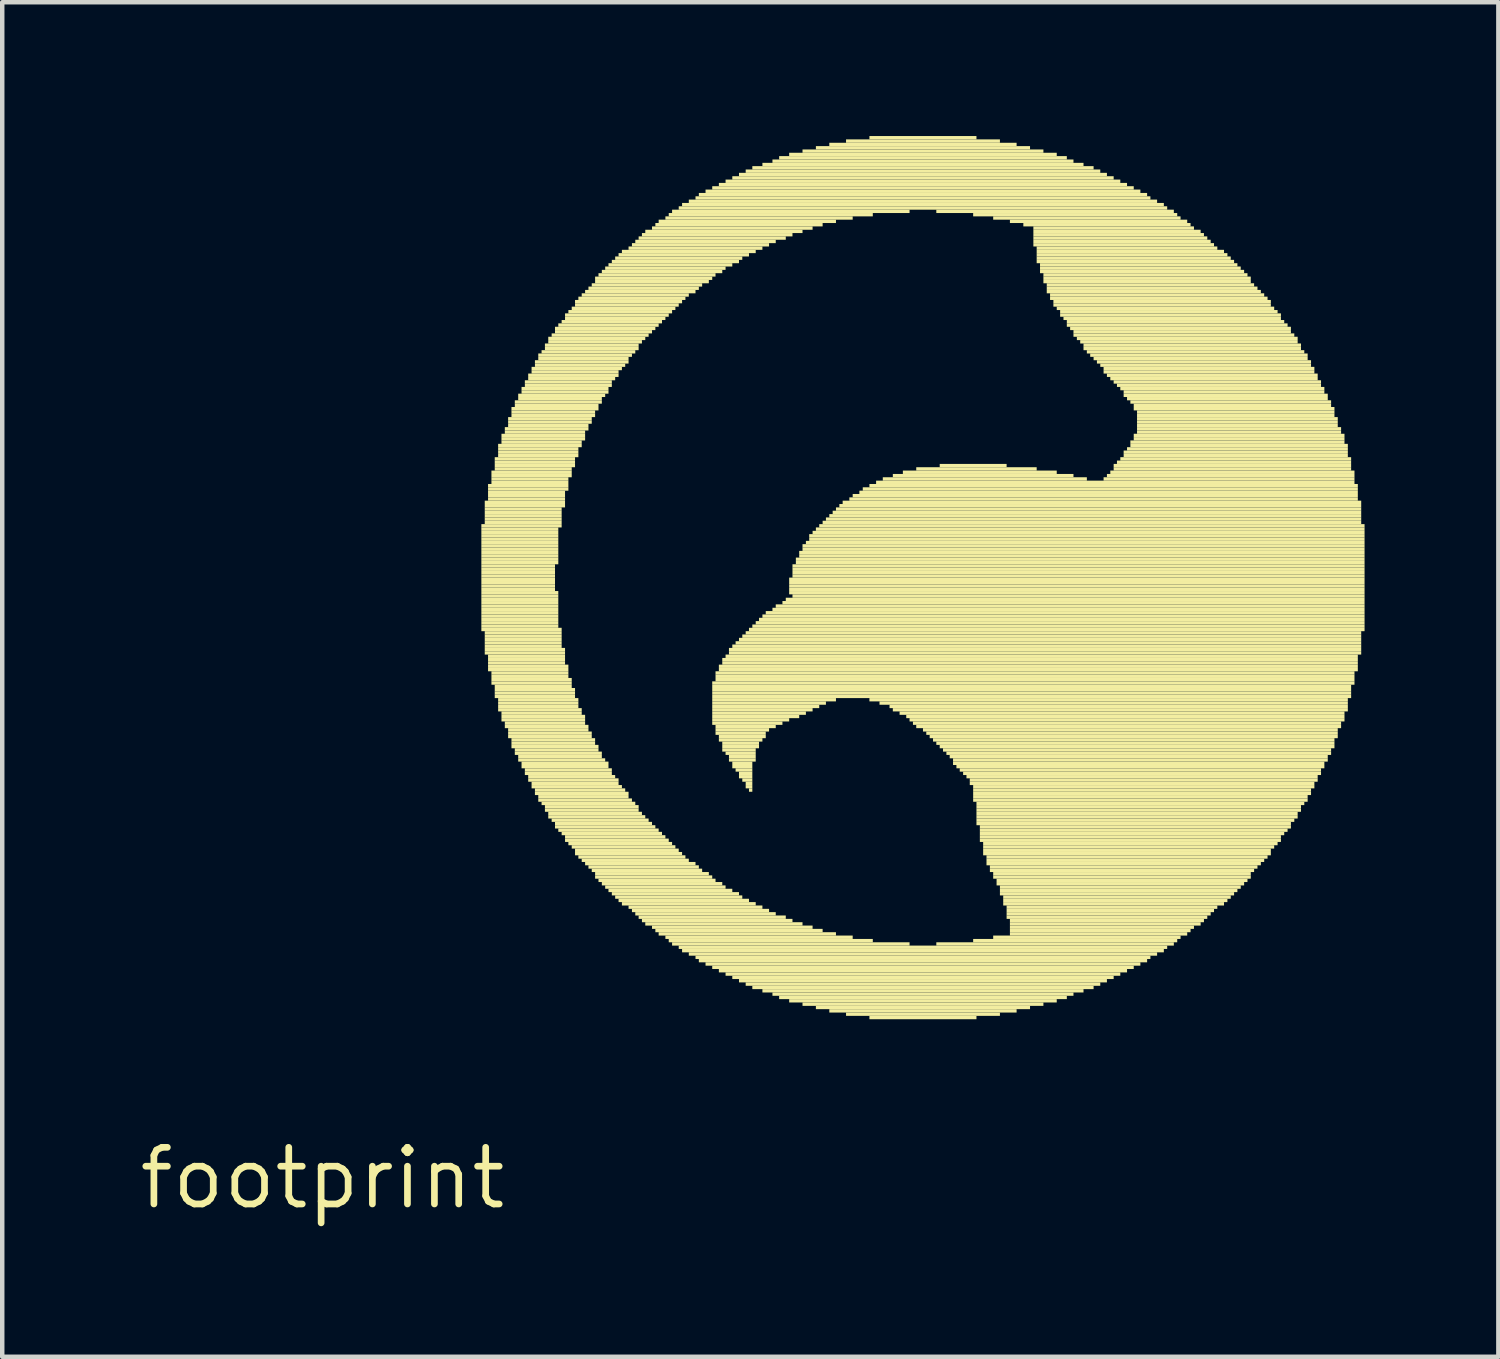
<source format=kicad_pcb>
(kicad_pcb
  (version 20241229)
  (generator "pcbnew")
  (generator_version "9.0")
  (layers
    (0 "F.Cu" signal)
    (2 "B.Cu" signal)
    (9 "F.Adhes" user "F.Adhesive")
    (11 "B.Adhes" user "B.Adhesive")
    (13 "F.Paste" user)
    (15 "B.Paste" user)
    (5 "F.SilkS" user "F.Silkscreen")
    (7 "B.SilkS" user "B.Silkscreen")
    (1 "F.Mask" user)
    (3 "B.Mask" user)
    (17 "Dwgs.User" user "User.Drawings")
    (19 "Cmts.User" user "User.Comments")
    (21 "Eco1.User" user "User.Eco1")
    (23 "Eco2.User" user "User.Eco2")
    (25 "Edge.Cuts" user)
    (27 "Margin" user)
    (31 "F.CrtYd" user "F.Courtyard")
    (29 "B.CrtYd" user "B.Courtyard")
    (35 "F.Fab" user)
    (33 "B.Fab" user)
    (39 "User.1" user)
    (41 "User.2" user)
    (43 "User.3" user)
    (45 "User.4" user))
  (footprint "footprint"
    (layer "F.Cu")
    (at 4.18 23.363)
    (property "Reference" "footprint" (at 0 0 0) (layer "F.SilkS") (effects (font (size 1.27 1.27) (thickness 0.15))))
    (fp_poly (pts (xy 3.562 -14.588) (xy 5.362 -14.588) (xy 5.362 -14.662) (xy 3.562 -14.662)) (stroke (width 0) (type solid)) (fill yes) (layer "F.SilkS"))
    (fp_poly (pts (xy 3.562 -14.512) (xy 5.287 -14.512) (xy 5.287 -14.588) (xy 3.562 -14.588)) (stroke (width 0) (type solid)) (fill yes) (layer "F.SilkS"))
    (fp_poly (pts (xy 3.562 -14.438) (xy 5.287 -14.438) (xy 5.287 -14.512) (xy 3.562 -14.512)) (stroke (width 0) (type solid)) (fill yes) (layer "F.SilkS"))
    (fp_poly (pts (xy 3.562 -14.363) (xy 5.287 -14.363) (xy 5.287 -14.438) (xy 3.562 -14.438)) (stroke (width 0) (type solid)) (fill yes) (layer "F.SilkS"))
    (fp_poly (pts (xy 3.562 -14.287) (xy 5.287 -14.287) (xy 5.287 -14.363) (xy 3.562 -14.363)) (stroke (width 0) (type solid)) (fill yes) (layer "F.SilkS"))
    (fp_poly (pts (xy 3.562 -14.213) (xy 5.287 -14.213) (xy 5.287 -14.287) (xy 3.562 -14.287)) (stroke (width 0) (type solid)) (fill yes) (layer "F.SilkS"))
    (fp_poly (pts (xy 3.562 -14.137) (xy 5.287 -14.137) (xy 5.287 -14.213) (xy 3.562 -14.213)) (stroke (width 0) (type solid)) (fill yes) (layer "F.SilkS"))
    (fp_poly (pts (xy 3.562 -14.062) (xy 5.287 -14.062) (xy 5.287 -14.137) (xy 3.562 -14.137)) (stroke (width 0) (type solid)) (fill yes) (layer "F.SilkS"))
    (fp_poly (pts (xy 3.562 -13.988) (xy 5.287 -13.988) (xy 5.287 -14.062) (xy 3.562 -14.062)) (stroke (width 0) (type solid)) (fill yes) (layer "F.SilkS"))
    (fp_poly (pts (xy 3.562 -13.912) (xy 5.287 -13.912) (xy 5.287 -13.988) (xy 3.562 -13.988)) (stroke (width 0) (type solid)) (fill yes) (layer "F.SilkS"))
    (fp_poly (pts (xy 3.562 -13.838) (xy 5.287 -13.838) (xy 5.287 -13.912) (xy 3.562 -13.912)) (stroke (width 0) (type solid)) (fill yes) (layer "F.SilkS"))
    (fp_poly (pts (xy 3.562 -13.762) (xy 5.287 -13.762) (xy 5.287 -13.838) (xy 3.562 -13.838)) (stroke (width 0) (type solid)) (fill yes) (layer "F.SilkS"))
    (fp_poly (pts (xy 3.562 -13.688) (xy 5.213 -13.688) (xy 5.213 -13.762) (xy 3.562 -13.762)) (stroke (width 0) (type solid)) (fill yes) (layer "F.SilkS"))
    (fp_poly (pts (xy 3.562 -13.613) (xy 5.213 -13.613) (xy 5.213 -13.688) (xy 3.562 -13.688)) (stroke (width 0) (type solid)) (fill yes) (layer "F.SilkS"))
    (fp_poly (pts (xy 3.562 -13.537) (xy 5.213 -13.537) (xy 5.213 -13.613) (xy 3.562 -13.613)) (stroke (width 0) (type solid)) (fill yes) (layer "F.SilkS"))
    (fp_poly (pts (xy 3.562 -13.463) (xy 5.213 -13.463) (xy 5.213 -13.537) (xy 3.562 -13.537)) (stroke (width 0) (type solid)) (fill yes) (layer "F.SilkS"))
    (fp_poly (pts (xy 3.562 -13.387) (xy 5.213 -13.387) (xy 5.213 -13.463) (xy 3.562 -13.463)) (stroke (width 0) (type solid)) (fill yes) (layer "F.SilkS"))
    (fp_poly (pts (xy 3.562 -13.312) (xy 5.213 -13.312) (xy 5.213 -13.387) (xy 3.562 -13.387)) (stroke (width 0) (type solid)) (fill yes) (layer "F.SilkS"))
    (fp_poly (pts (xy 3.562 -13.238) (xy 5.213 -13.238) (xy 5.213 -13.312) (xy 3.562 -13.312)) (stroke (width 0) (type solid)) (fill yes) (layer "F.SilkS"))
    (fp_poly (pts (xy 3.562 -13.162) (xy 5.213 -13.162) (xy 5.213 -13.238) (xy 3.562 -13.238)) (stroke (width 0) (type solid)) (fill yes) (layer "F.SilkS"))
    (fp_poly (pts (xy 3.562 -13.088) (xy 5.287 -13.088) (xy 5.287 -13.162) (xy 3.562 -13.162)) (stroke (width 0) (type solid)) (fill yes) (layer "F.SilkS"))
    (fp_poly (pts (xy 3.562 -13.012) (xy 5.287 -13.012) (xy 5.287 -13.088) (xy 3.562 -13.088)) (stroke (width 0) (type solid)) (fill yes) (layer "F.SilkS"))
    (fp_poly (pts (xy 3.562 -12.938) (xy 5.287 -12.938) (xy 5.287 -13.012) (xy 3.562 -13.012)) (stroke (width 0) (type solid)) (fill yes) (layer "F.SilkS"))
    (fp_poly (pts (xy 3.562 -12.863) (xy 5.287 -12.863) (xy 5.287 -12.938) (xy 3.562 -12.938)) (stroke (width 0) (type solid)) (fill yes) (layer "F.SilkS"))
    (fp_poly (pts (xy 3.562 -12.787) (xy 5.287 -12.787) (xy 5.287 -12.863) (xy 3.562 -12.863)) (stroke (width 0) (type solid)) (fill yes) (layer "F.SilkS"))
    (fp_poly (pts (xy 3.562 -12.713) (xy 5.287 -12.713) (xy 5.287 -12.787) (xy 3.562 -12.787)) (stroke (width 0) (type solid)) (fill yes) (layer "F.SilkS"))
    (fp_poly (pts (xy 3.562 -12.637) (xy 5.287 -12.637) (xy 5.287 -12.713) (xy 3.562 -12.713)) (stroke (width 0) (type solid)) (fill yes) (layer "F.SilkS"))
    (fp_poly (pts (xy 3.562 -12.562) (xy 5.287 -12.562) (xy 5.287 -12.637) (xy 3.562 -12.637)) (stroke (width 0) (type solid)) (fill yes) (layer "F.SilkS"))
    (fp_poly (pts (xy 3.562 -12.488) (xy 5.287 -12.488) (xy 5.287 -12.562) (xy 3.562 -12.562)) (stroke (width 0) (type solid)) (fill yes) (layer "F.SilkS"))
    (fp_poly (pts (xy 3.562 -12.412) (xy 5.287 -12.412) (xy 5.287 -12.488) (xy 3.562 -12.488)) (stroke (width 0) (type solid)) (fill yes) (layer "F.SilkS"))
    (fp_poly (pts (xy 3.562 -12.338) (xy 5.287 -12.338) (xy 5.287 -12.412) (xy 3.562 -12.412)) (stroke (width 0) (type solid)) (fill yes) (layer "F.SilkS"))
    (fp_poly (pts (xy 3.562 -12.262) (xy 5.362 -12.262) (xy 5.362 -12.338) (xy 3.562 -12.338)) (stroke (width 0) (type solid)) (fill yes) (layer "F.SilkS"))
    (fp_poly (pts (xy 3.638 -15.113) (xy 5.438 -15.113) (xy 5.438 -15.188) (xy 3.638 -15.188)) (stroke (width 0) (type solid)) (fill yes) (layer "F.SilkS"))
    (fp_poly (pts (xy 3.638 -15.037) (xy 5.438 -15.037) (xy 5.438 -15.113) (xy 3.638 -15.113)) (stroke (width 0) (type solid)) (fill yes) (layer "F.SilkS"))
    (fp_poly (pts (xy 3.638 -14.963) (xy 5.362 -14.963) (xy 5.362 -15.037) (xy 3.638 -15.037)) (stroke (width 0) (type solid)) (fill yes) (layer "F.SilkS"))
    (fp_poly (pts (xy 3.638 -14.887) (xy 5.362 -14.887) (xy 5.362 -14.963) (xy 3.638 -14.963)) (stroke (width 0) (type solid)) (fill yes) (layer "F.SilkS"))
    (fp_poly (pts (xy 3.638 -14.812) (xy 5.362 -14.812) (xy 5.362 -14.887) (xy 3.638 -14.887)) (stroke (width 0) (type solid)) (fill yes) (layer "F.SilkS"))
    (fp_poly (pts (xy 3.638 -14.738) (xy 5.362 -14.738) (xy 5.362 -14.812) (xy 3.638 -14.812)) (stroke (width 0) (type solid)) (fill yes) (layer "F.SilkS"))
    (fp_poly (pts (xy 3.638 -14.662) (xy 5.362 -14.662) (xy 5.362 -14.738) (xy 3.638 -14.738)) (stroke (width 0) (type solid)) (fill yes) (layer "F.SilkS"))
    (fp_poly (pts (xy 3.638 -12.188) (xy 5.362 -12.188) (xy 5.362 -12.262) (xy 3.638 -12.262)) (stroke (width 0) (type solid)) (fill yes) (layer "F.SilkS"))
    (fp_poly (pts (xy 3.638 -12.113) (xy 5.362 -12.113) (xy 5.362 -12.188) (xy 3.638 -12.188)) (stroke (width 0) (type solid)) (fill yes) (layer "F.SilkS"))
    (fp_poly (pts (xy 3.638 -12.037) (xy 5.362 -12.037) (xy 5.362 -12.113) (xy 3.638 -12.113)) (stroke (width 0) (type solid)) (fill yes) (layer "F.SilkS"))
    (fp_poly (pts (xy 3.638 -11.963) (xy 5.362 -11.963) (xy 5.362 -12.037) (xy 3.638 -12.037)) (stroke (width 0) (type solid)) (fill yes) (layer "F.SilkS"))
    (fp_poly (pts (xy 3.638 -11.887) (xy 5.362 -11.887) (xy 5.362 -11.963) (xy 3.638 -11.963)) (stroke (width 0) (type solid)) (fill yes) (layer "F.SilkS"))
    (fp_poly (pts (xy 3.638 -11.812) (xy 5.438 -11.812) (xy 5.438 -11.887) (xy 3.638 -11.887)) (stroke (width 0) (type solid)) (fill yes) (layer "F.SilkS"))
    (fp_poly (pts (xy 3.638 -11.738) (xy 5.438 -11.738) (xy 5.438 -11.812) (xy 3.638 -11.812)) (stroke (width 0) (type solid)) (fill yes) (layer "F.SilkS"))
    (fp_poly (pts (xy 3.712 -15.488) (xy 5.513 -15.488) (xy 5.513 -15.562) (xy 3.712 -15.562)) (stroke (width 0) (type solid)) (fill yes) (layer "F.SilkS"))
    (fp_poly (pts (xy 3.712 -15.412) (xy 5.513 -15.412) (xy 5.513 -15.488) (xy 3.712 -15.488)) (stroke (width 0) (type solid)) (fill yes) (layer "F.SilkS"))
    (fp_poly (pts (xy 3.712 -15.338) (xy 5.438 -15.338) (xy 5.438 -15.412) (xy 3.712 -15.412)) (stroke (width 0) (type solid)) (fill yes) (layer "F.SilkS"))
    (fp_poly (pts (xy 3.712 -15.262) (xy 5.438 -15.262) (xy 5.438 -15.338) (xy 3.712 -15.338)) (stroke (width 0) (type solid)) (fill yes) (layer "F.SilkS"))
    (fp_poly (pts (xy 3.712 -15.188) (xy 5.438 -15.188) (xy 5.438 -15.262) (xy 3.712 -15.262)) (stroke (width 0) (type solid)) (fill yes) (layer "F.SilkS"))
    (fp_poly (pts (xy 3.712 -11.662) (xy 5.438 -11.662) (xy 5.438 -11.738) (xy 3.712 -11.738)) (stroke (width 0) (type solid)) (fill yes) (layer "F.SilkS"))
    (fp_poly (pts (xy 3.712 -11.588) (xy 5.438 -11.588) (xy 5.438 -11.662) (xy 3.712 -11.662)) (stroke (width 0) (type solid)) (fill yes) (layer "F.SilkS"))
    (fp_poly (pts (xy 3.712 -11.512) (xy 5.438 -11.512) (xy 5.438 -11.588) (xy 3.712 -11.588)) (stroke (width 0) (type solid)) (fill yes) (layer "F.SilkS"))
    (fp_poly (pts (xy 3.712 -11.438) (xy 5.513 -11.438) (xy 5.513 -11.512) (xy 3.712 -11.512)) (stroke (width 0) (type solid)) (fill yes) (layer "F.SilkS"))
    (fp_poly (pts (xy 3.712 -11.363) (xy 5.513 -11.363) (xy 5.513 -11.438) (xy 3.712 -11.438)) (stroke (width 0) (type solid)) (fill yes) (layer "F.SilkS"))
    (fp_poly (pts (xy 3.788 -15.787) (xy 5.588 -15.787) (xy 5.588 -15.863) (xy 3.788 -15.863)) (stroke (width 0) (type solid)) (fill yes) (layer "F.SilkS"))
    (fp_poly (pts (xy 3.788 -15.713) (xy 5.588 -15.713) (xy 5.588 -15.787) (xy 3.788 -15.787)) (stroke (width 0) (type solid)) (fill yes) (layer "F.SilkS"))
    (fp_poly (pts (xy 3.788 -15.637) (xy 5.513 -15.637) (xy 5.513 -15.713) (xy 3.788 -15.713)) (stroke (width 0) (type solid)) (fill yes) (layer "F.SilkS"))
    (fp_poly (pts (xy 3.788 -15.562) (xy 5.513 -15.562) (xy 5.513 -15.637) (xy 3.788 -15.637)) (stroke (width 0) (type solid)) (fill yes) (layer "F.SilkS"))
    (fp_poly (pts (xy 3.788 -11.287) (xy 5.513 -11.287) (xy 5.513 -11.363) (xy 3.788 -11.363)) (stroke (width 0) (type solid)) (fill yes) (layer "F.SilkS"))
    (fp_poly (pts (xy 3.788 -11.213) (xy 5.513 -11.213) (xy 5.513 -11.287) (xy 3.788 -11.287)) (stroke (width 0) (type solid)) (fill yes) (layer "F.SilkS"))
    (fp_poly (pts (xy 3.788 -11.137) (xy 5.588 -11.137) (xy 5.588 -11.213) (xy 3.788 -11.213)) (stroke (width 0) (type solid)) (fill yes) (layer "F.SilkS"))
    (fp_poly (pts (xy 3.788 -11.062) (xy 5.588 -11.062) (xy 5.588 -11.137) (xy 3.788 -11.137)) (stroke (width 0) (type solid)) (fill yes) (layer "F.SilkS"))
    (fp_poly (pts (xy 3.862 -16.087) (xy 5.662 -16.087) (xy 5.662 -16.163) (xy 3.862 -16.163)) (stroke (width 0) (type solid)) (fill yes) (layer "F.SilkS"))
    (fp_poly (pts (xy 3.862 -16.012) (xy 5.662 -16.012) (xy 5.662 -16.087) (xy 3.862 -16.087)) (stroke (width 0) (type solid)) (fill yes) (layer "F.SilkS"))
    (fp_poly (pts (xy 3.862 -15.938) (xy 5.662 -15.938) (xy 5.662 -16.012) (xy 3.862 -16.012)) (stroke (width 0) (type solid)) (fill yes) (layer "F.SilkS"))
    (fp_poly (pts (xy 3.862 -15.863) (xy 5.588 -15.863) (xy 5.588 -15.938) (xy 3.862 -15.938)) (stroke (width 0) (type solid)) (fill yes) (layer "F.SilkS"))
    (fp_poly (pts (xy 3.862 -10.988) (xy 5.588 -10.988) (xy 5.588 -11.062) (xy 3.862 -11.062)) (stroke (width 0) (type solid)) (fill yes) (layer "F.SilkS"))
    (fp_poly (pts (xy 3.862 -10.912) (xy 5.662 -10.912) (xy 5.662 -10.988) (xy 3.862 -10.988)) (stroke (width 0) (type solid)) (fill yes) (layer "F.SilkS"))
    (fp_poly (pts (xy 3.862 -10.838) (xy 5.662 -10.838) (xy 5.662 -10.912) (xy 3.862 -10.912)) (stroke (width 0) (type solid)) (fill yes) (layer "F.SilkS"))
    (fp_poly (pts (xy 3.862 -10.762) (xy 5.662 -10.762) (xy 5.662 -10.838) (xy 3.862 -10.838)) (stroke (width 0) (type solid)) (fill yes) (layer "F.SilkS"))
    (fp_poly (pts (xy 3.938 -16.387) (xy 5.812 -16.387) (xy 5.812 -16.462) (xy 3.938 -16.462)) (stroke (width 0) (type solid)) (fill yes) (layer "F.SilkS"))
    (fp_poly (pts (xy 3.938 -16.312) (xy 5.737 -16.312) (xy 5.737 -16.387) (xy 3.938 -16.387)) (stroke (width 0) (type solid)) (fill yes) (layer "F.SilkS"))
    (fp_poly (pts (xy 3.938 -16.238) (xy 5.737 -16.238) (xy 5.737 -16.312) (xy 3.938 -16.312)) (stroke (width 0) (type solid)) (fill yes) (layer "F.SilkS"))
    (fp_poly (pts (xy 3.938 -16.163) (xy 5.737 -16.163) (xy 5.737 -16.238) (xy 3.938 -16.238)) (stroke (width 0) (type solid)) (fill yes) (layer "F.SilkS"))
    (fp_poly (pts (xy 3.938 -10.688) (xy 5.737 -10.688) (xy 5.737 -10.762) (xy 3.938 -10.762)) (stroke (width 0) (type solid)) (fill yes) (layer "F.SilkS"))
    (fp_poly (pts (xy 3.938 -10.613) (xy 5.737 -10.613) (xy 5.737 -10.688) (xy 3.938 -10.688)) (stroke (width 0) (type solid)) (fill yes) (layer "F.SilkS"))
    (fp_poly (pts (xy 3.938 -10.537) (xy 5.737 -10.537) (xy 5.737 -10.613) (xy 3.938 -10.613)) (stroke (width 0) (type solid)) (fill yes) (layer "F.SilkS"))
    (fp_poly (pts (xy 3.938 -10.463) (xy 5.812 -10.463) (xy 5.812 -10.537) (xy 3.938 -10.537)) (stroke (width 0) (type solid)) (fill yes) (layer "F.SilkS"))
    (fp_poly (pts (xy 4.013 -16.613) (xy 5.888 -16.613) (xy 5.888 -16.688) (xy 4.013 -16.688)) (stroke (width 0) (type solid)) (fill yes) (layer "F.SilkS"))
    (fp_poly (pts (xy 4.013 -16.538) (xy 5.888 -16.538) (xy 5.888 -16.613) (xy 4.013 -16.613)) (stroke (width 0) (type solid)) (fill yes) (layer "F.SilkS"))
    (fp_poly (pts (xy 4.013 -16.462) (xy 5.812 -16.462) (xy 5.812 -16.538) (xy 4.013 -16.538)) (stroke (width 0) (type solid)) (fill yes) (layer "F.SilkS"))
    (fp_poly (pts (xy 4.013 -10.387) (xy 5.812 -10.387) (xy 5.812 -10.463) (xy 4.013 -10.463)) (stroke (width 0) (type solid)) (fill yes) (layer "F.SilkS"))
    (fp_poly (pts (xy 4.013 -10.312) (xy 5.888 -10.312) (xy 5.888 -10.387) (xy 4.013 -10.387)) (stroke (width 0) (type solid)) (fill yes) (layer "F.SilkS"))
    (fp_poly (pts (xy 4.013 -10.238) (xy 5.888 -10.238) (xy 5.888 -10.312) (xy 4.013 -10.312)) (stroke (width 0) (type solid)) (fill yes) (layer "F.SilkS"))
    (fp_poly (pts (xy 4.088 -16.762) (xy 5.963 -16.762) (xy 5.963 -16.837) (xy 4.088 -16.837)) (stroke (width 0) (type solid)) (fill yes) (layer "F.SilkS"))
    (fp_poly (pts (xy 4.088 -16.688) (xy 5.888 -16.688) (xy 5.888 -16.762) (xy 4.088 -16.762)) (stroke (width 0) (type solid)) (fill yes) (layer "F.SilkS"))
    (fp_poly (pts (xy 4.088 -10.162) (xy 5.888 -10.162) (xy 5.888 -10.238) (xy 4.088 -10.238)) (stroke (width 0) (type solid)) (fill yes) (layer "F.SilkS"))
    (fp_poly (pts (xy 4.088 -10.088) (xy 5.963 -10.088) (xy 5.963 -10.162) (xy 4.088 -10.162)) (stroke (width 0) (type solid)) (fill yes) (layer "F.SilkS"))
    (fp_poly (pts (xy 4.162 -16.988) (xy 6.037 -16.988) (xy 6.037 -17.062) (xy 4.162 -17.062)) (stroke (width 0) (type solid)) (fill yes) (layer "F.SilkS"))
    (fp_poly (pts (xy 4.162 -16.913) (xy 6.037 -16.913) (xy 6.037 -16.988) (xy 4.162 -16.988)) (stroke (width 0) (type solid)) (fill yes) (layer "F.SilkS"))
    (fp_poly (pts (xy 4.162 -16.837) (xy 5.963 -16.837) (xy 5.963 -16.913) (xy 4.162 -16.913)) (stroke (width 0) (type solid)) (fill yes) (layer "F.SilkS"))
    (fp_poly (pts (xy 4.162 -10.012) (xy 5.963 -10.012) (xy 5.963 -10.088) (xy 4.162 -10.088)) (stroke (width 0) (type solid)) (fill yes) (layer "F.SilkS"))
    (fp_poly (pts (xy 4.162 -9.938) (xy 6.037 -9.938) (xy 6.037 -10.012) (xy 4.162 -10.012)) (stroke (width 0) (type solid)) (fill yes) (layer "F.SilkS"))
    (fp_poly (pts (xy 4.162 -9.863) (xy 6.037 -9.863) (xy 6.037 -9.938) (xy 4.162 -9.938)) (stroke (width 0) (type solid)) (fill yes) (layer "F.SilkS"))
    (fp_poly (pts (xy 4.237 -17.212) (xy 6.188 -17.212) (xy 6.188 -17.288) (xy 4.237 -17.288)) (stroke (width 0) (type solid)) (fill yes) (layer "F.SilkS"))
    (fp_poly (pts (xy 4.237 -17.137) (xy 6.112 -17.137) (xy 6.112 -17.212) (xy 4.237 -17.212)) (stroke (width 0) (type solid)) (fill yes) (layer "F.SilkS"))
    (fp_poly (pts (xy 4.237 -17.062) (xy 6.112 -17.062) (xy 6.112 -17.137) (xy 4.237 -17.137)) (stroke (width 0) (type solid)) (fill yes) (layer "F.SilkS"))
    (fp_poly (pts (xy 4.237 -9.787) (xy 6.112 -9.787) (xy 6.112 -9.863) (xy 4.237 -9.863)) (stroke (width 0) (type solid)) (fill yes) (layer "F.SilkS"))
    (fp_poly (pts (xy 4.237 -9.713) (xy 6.112 -9.713) (xy 6.112 -9.787) (xy 4.237 -9.787)) (stroke (width 0) (type solid)) (fill yes) (layer "F.SilkS"))
    (fp_poly (pts (xy 4.237 -9.637) (xy 6.188 -9.637) (xy 6.188 -9.713) (xy 4.237 -9.713)) (stroke (width 0) (type solid)) (fill yes) (layer "F.SilkS"))
    (fp_poly (pts (xy 4.312 -17.363) (xy 6.263 -17.363) (xy 6.263 -17.438) (xy 4.312 -17.438)) (stroke (width 0) (type solid)) (fill yes) (layer "F.SilkS"))
    (fp_poly (pts (xy 4.312 -17.288) (xy 6.188 -17.288) (xy 6.188 -17.363) (xy 4.312 -17.363)) (stroke (width 0) (type solid)) (fill yes) (layer "F.SilkS"))
    (fp_poly (pts (xy 4.312 -9.562) (xy 6.188 -9.562) (xy 6.188 -9.637) (xy 4.312 -9.637)) (stroke (width 0) (type solid)) (fill yes) (layer "F.SilkS"))
    (fp_poly (pts (xy 4.312 -9.488) (xy 6.263 -9.488) (xy 6.263 -9.562) (xy 4.312 -9.562)) (stroke (width 0) (type solid)) (fill yes) (layer "F.SilkS"))
    (fp_poly (pts (xy 4.388 -17.512) (xy 6.338 -17.512) (xy 6.338 -17.587) (xy 4.388 -17.587)) (stroke (width 0) (type solid)) (fill yes) (layer "F.SilkS"))
    (fp_poly (pts (xy 4.388 -17.438) (xy 6.263 -17.438) (xy 6.263 -17.512) (xy 4.388 -17.512)) (stroke (width 0) (type solid)) (fill yes) (layer "F.SilkS"))
    (fp_poly (pts (xy 4.388 -9.412) (xy 6.263 -9.412) (xy 6.263 -9.488) (xy 4.388 -9.488)) (stroke (width 0) (type solid)) (fill yes) (layer "F.SilkS"))
    (fp_poly (pts (xy 4.388 -9.338) (xy 6.338 -9.338) (xy 6.338 -9.412) (xy 4.388 -9.412)) (stroke (width 0) (type solid)) (fill yes) (layer "F.SilkS"))
    (fp_poly (pts (xy 4.463 -17.663) (xy 6.412 -17.663) (xy 6.412 -17.738) (xy 4.463 -17.738)) (stroke (width 0) (type solid)) (fill yes) (layer "F.SilkS"))
    (fp_poly (pts (xy 4.463 -17.587) (xy 6.412 -17.587) (xy 6.412 -17.663) (xy 4.463 -17.663)) (stroke (width 0) (type solid)) (fill yes) (layer "F.SilkS"))
    (fp_poly (pts (xy 4.463 -9.262) (xy 6.412 -9.262) (xy 6.412 -9.338) (xy 4.463 -9.338)) (stroke (width 0) (type solid)) (fill yes) (layer "F.SilkS"))
    (fp_poly (pts (xy 4.463 -9.188) (xy 6.412 -9.188) (xy 6.412 -9.262) (xy 4.463 -9.262)) (stroke (width 0) (type solid)) (fill yes) (layer "F.SilkS"))
    (fp_poly (pts (xy 4.537 -17.812) (xy 6.487 -17.812) (xy 6.487 -17.887) (xy 4.537 -17.887)) (stroke (width 0) (type solid)) (fill yes) (layer "F.SilkS"))
    (fp_poly (pts (xy 4.537 -17.738) (xy 6.487 -17.738) (xy 6.487 -17.812) (xy 4.537 -17.812)) (stroke (width 0) (type solid)) (fill yes) (layer "F.SilkS"))
    (fp_poly (pts (xy 4.537 -9.113) (xy 6.487 -9.113) (xy 6.487 -9.188) (xy 4.537 -9.188)) (stroke (width 0) (type solid)) (fill yes) (layer "F.SilkS"))
    (fp_poly (pts (xy 4.537 -9.037) (xy 6.487 -9.037) (xy 6.487 -9.113) (xy 4.537 -9.113)) (stroke (width 0) (type solid)) (fill yes) (layer "F.SilkS"))
    (fp_poly (pts (xy 4.612 -17.962) (xy 6.638 -17.962) (xy 6.638 -18.038) (xy 4.612 -18.038)) (stroke (width 0) (type solid)) (fill yes) (layer "F.SilkS"))
    (fp_poly (pts (xy 4.612 -17.887) (xy 6.562 -17.887) (xy 6.562 -17.962) (xy 4.612 -17.962)) (stroke (width 0) (type solid)) (fill yes) (layer "F.SilkS"))
    (fp_poly (pts (xy 4.612 -8.963) (xy 6.562 -8.963) (xy 6.562 -9.037) (xy 4.612 -9.037)) (stroke (width 0) (type solid)) (fill yes) (layer "F.SilkS"))
    (fp_poly (pts (xy 4.612 -8.887) (xy 6.638 -8.887) (xy 6.638 -8.963) (xy 4.612 -8.963)) (stroke (width 0) (type solid)) (fill yes) (layer "F.SilkS"))
    (fp_poly (pts (xy 4.688 -18.113) (xy 6.713 -18.113) (xy 6.713 -18.188) (xy 4.688 -18.188)) (stroke (width 0) (type solid)) (fill yes) (layer "F.SilkS"))
    (fp_poly (pts (xy 4.688 -18.038) (xy 6.638 -18.038) (xy 6.638 -18.113) (xy 4.688 -18.113)) (stroke (width 0) (type solid)) (fill yes) (layer "F.SilkS"))
    (fp_poly (pts (xy 4.688 -8.812) (xy 6.638 -8.812) (xy 6.638 -8.887) (xy 4.688 -8.887)) (stroke (width 0) (type solid)) (fill yes) (layer "F.SilkS"))
    (fp_poly (pts (xy 4.688 -8.738) (xy 6.713 -8.738) (xy 6.713 -8.812) (xy 4.688 -8.812)) (stroke (width 0) (type solid)) (fill yes) (layer "F.SilkS"))
    (fp_poly (pts (xy 4.763 -18.262) (xy 6.862 -18.262) (xy 6.862 -18.337) (xy 4.763 -18.337)) (stroke (width 0) (type solid)) (fill yes) (layer "F.SilkS"))
    (fp_poly (pts (xy 4.763 -18.188) (xy 6.787 -18.188) (xy 6.787 -18.262) (xy 4.763 -18.262)) (stroke (width 0) (type solid)) (fill yes) (layer "F.SilkS"))
    (fp_poly (pts (xy 4.763 -8.662) (xy 6.787 -8.662) (xy 6.787 -8.738) (xy 4.763 -8.738)) (stroke (width 0) (type solid)) (fill yes) (layer "F.SilkS"))
    (fp_poly (pts (xy 4.763 -8.588) (xy 6.862 -8.588) (xy 6.862 -8.662) (xy 4.763 -8.662)) (stroke (width 0) (type solid)) (fill yes) (layer "F.SilkS"))
    (fp_poly (pts (xy 4.838 -18.413) (xy 6.938 -18.413) (xy 6.938 -18.488) (xy 4.838 -18.488)) (stroke (width 0) (type solid)) (fill yes) (layer "F.SilkS"))
    (fp_poly (pts (xy 4.838 -18.337) (xy 6.862 -18.337) (xy 6.862 -18.413) (xy 4.838 -18.413)) (stroke (width 0) (type solid)) (fill yes) (layer "F.SilkS"))
    (fp_poly (pts (xy 4.838 -8.512) (xy 6.862 -8.512) (xy 6.862 -8.588) (xy 4.838 -8.588)) (stroke (width 0) (type solid)) (fill yes) (layer "F.SilkS"))
    (fp_poly (pts (xy 4.838 -8.438) (xy 6.938 -8.438) (xy 6.938 -8.512) (xy 4.838 -8.512)) (stroke (width 0) (type solid)) (fill yes) (layer "F.SilkS"))
    (fp_poly (pts (xy 4.912 -18.488) (xy 7.013 -18.488) (xy 7.013 -18.562) (xy 4.912 -18.562)) (stroke (width 0) (type solid)) (fill yes) (layer "F.SilkS"))
    (fp_poly (pts (xy 4.912 -8.363) (xy 7.013 -8.363) (xy 7.013 -8.438) (xy 4.912 -8.438)) (stroke (width 0) (type solid)) (fill yes) (layer "F.SilkS"))
    (fp_poly (pts (xy 4.987 -18.637) (xy 7.088 -18.637) (xy 7.088 -18.712) (xy 4.987 -18.712)) (stroke (width 0) (type solid)) (fill yes) (layer "F.SilkS"))
    (fp_poly (pts (xy 4.987 -18.562) (xy 7.088 -18.562) (xy 7.088 -18.637) (xy 4.987 -18.637)) (stroke (width 0) (type solid)) (fill yes) (layer "F.SilkS"))
    (fp_poly (pts (xy 4.987 -8.287) (xy 7.088 -8.287) (xy 7.088 -8.363) (xy 4.987 -8.363)) (stroke (width 0) (type solid)) (fill yes) (layer "F.SilkS"))
    (fp_poly (pts (xy 4.987 -8.213) (xy 7.088 -8.213) (xy 7.088 -8.287) (xy 4.987 -8.287)) (stroke (width 0) (type solid)) (fill yes) (layer "F.SilkS"))
    (fp_poly (pts (xy 5.062 -18.788) (xy 7.237 -18.788) (xy 7.237 -18.863) (xy 5.062 -18.863)) (stroke (width 0) (type solid)) (fill yes) (layer "F.SilkS"))
    (fp_poly (pts (xy 5.062 -18.712) (xy 7.162 -18.712) (xy 7.162 -18.788) (xy 5.062 -18.788)) (stroke (width 0) (type solid)) (fill yes) (layer "F.SilkS"))
    (fp_poly (pts (xy 5.062 -8.137) (xy 7.162 -8.137) (xy 7.162 -8.213) (xy 5.062 -8.213)) (stroke (width 0) (type solid)) (fill yes) (layer "F.SilkS"))
    (fp_poly (pts (xy 5.062 -8.062) (xy 7.237 -8.062) (xy 7.237 -8.137) (xy 5.062 -8.137)) (stroke (width 0) (type solid)) (fill yes) (layer "F.SilkS"))
    (fp_poly (pts (xy 5.138 -18.863) (xy 7.312 -18.863) (xy 7.312 -18.938) (xy 5.138 -18.938)) (stroke (width 0) (type solid)) (fill yes) (layer "F.SilkS"))
    (fp_poly (pts (xy 5.138 -7.987) (xy 7.312 -7.987) (xy 7.312 -8.062) (xy 5.138 -8.062)) (stroke (width 0) (type solid)) (fill yes) (layer "F.SilkS"))
    (fp_poly (pts (xy 5.213 -19.012) (xy 7.463 -19.012) (xy 7.463 -19.087) (xy 5.213 -19.087)) (stroke (width 0) (type solid)) (fill yes) (layer "F.SilkS"))
    (fp_poly (pts (xy 5.213 -18.938) (xy 7.388 -18.938) (xy 7.388 -19.012) (xy 5.213 -19.012)) (stroke (width 0) (type solid)) (fill yes) (layer "F.SilkS"))
    (fp_poly (pts (xy 5.213 -7.912) (xy 7.388 -7.912) (xy 7.388 -7.987) (xy 5.213 -7.987)) (stroke (width 0) (type solid)) (fill yes) (layer "F.SilkS"))
    (fp_poly (pts (xy 5.213 -7.838) (xy 7.463 -7.838) (xy 7.463 -7.912) (xy 5.213 -7.912)) (stroke (width 0) (type solid)) (fill yes) (layer "F.SilkS"))
    (fp_poly (pts (xy 5.287 -19.087) (xy 7.537 -19.087) (xy 7.537 -19.163) (xy 5.287 -19.163)) (stroke (width 0) (type solid)) (fill yes) (layer "F.SilkS"))
    (fp_poly (pts (xy 5.287 -7.763) (xy 7.537 -7.763) (xy 7.537 -7.838) (xy 5.287 -7.838)) (stroke (width 0) (type solid)) (fill yes) (layer "F.SilkS"))
    (fp_poly (pts (xy 5.362 -19.163) (xy 7.612 -19.163) (xy 7.612 -19.238) (xy 5.362 -19.238)) (stroke (width 0) (type solid)) (fill yes) (layer "F.SilkS"))
    (fp_poly (pts (xy 5.362 -7.688) (xy 7.612 -7.688) (xy 7.612 -7.763) (xy 5.362 -7.763)) (stroke (width 0) (type solid)) (fill yes) (layer "F.SilkS"))
    (fp_poly (pts (xy 5.438 -19.312) (xy 7.763 -19.312) (xy 7.763 -19.387) (xy 5.438 -19.387)) (stroke (width 0) (type solid)) (fill yes) (layer "F.SilkS"))
    (fp_poly (pts (xy 5.438 -19.238) (xy 7.688 -19.238) (xy 7.688 -19.312) (xy 5.438 -19.312)) (stroke (width 0) (type solid)) (fill yes) (layer "F.SilkS"))
    (fp_poly (pts (xy 5.438 -7.612) (xy 7.688 -7.612) (xy 7.688 -7.688) (xy 5.438 -7.688)) (stroke (width 0) (type solid)) (fill yes) (layer "F.SilkS"))
    (fp_poly (pts (xy 5.438 -7.537) (xy 7.763 -7.537) (xy 7.763 -7.612) (xy 5.438 -7.612)) (stroke (width 0) (type solid)) (fill yes) (layer "F.SilkS"))
    (fp_poly (pts (xy 5.513 -19.387) (xy 7.838 -19.387) (xy 7.838 -19.462) (xy 5.513 -19.462)) (stroke (width 0) (type solid)) (fill yes) (layer "F.SilkS"))
    (fp_poly (pts (xy 5.513 -7.463) (xy 7.838 -7.463) (xy 7.838 -7.537) (xy 5.513 -7.537)) (stroke (width 0) (type solid)) (fill yes) (layer "F.SilkS"))
    (fp_poly (pts (xy 5.588 -19.462) (xy 7.912 -19.462) (xy 7.912 -19.538) (xy 5.588 -19.538)) (stroke (width 0) (type solid)) (fill yes) (layer "F.SilkS"))
    (fp_poly (pts (xy 5.588 -7.388) (xy 7.912 -7.388) (xy 7.912 -7.463) (xy 5.588 -7.463)) (stroke (width 0) (type solid)) (fill yes) (layer "F.SilkS"))
    (fp_poly (pts (xy 5.662 -19.613) (xy 8.062 -19.613) (xy 8.062 -19.688) (xy 5.662 -19.688)) (stroke (width 0) (type solid)) (fill yes) (layer "F.SilkS"))
    (fp_poly (pts (xy 5.662 -19.538) (xy 7.987 -19.538) (xy 7.987 -19.613) (xy 5.662 -19.613)) (stroke (width 0) (type solid)) (fill yes) (layer "F.SilkS"))
    (fp_poly (pts (xy 5.662 -7.312) (xy 7.987 -7.312) (xy 7.987 -7.388) (xy 5.662 -7.388)) (stroke (width 0) (type solid)) (fill yes) (layer "F.SilkS"))
    (fp_poly (pts (xy 5.662 -7.237) (xy 8.062 -7.237) (xy 8.062 -7.312) (xy 5.662 -7.312)) (stroke (width 0) (type solid)) (fill yes) (layer "F.SilkS"))
    (fp_poly (pts (xy 5.737 -19.688) (xy 8.137 -19.688) (xy 8.137 -19.762) (xy 5.737 -19.762)) (stroke (width 0) (type solid)) (fill yes) (layer "F.SilkS"))
    (fp_poly (pts (xy 5.737 -7.162) (xy 8.137 -7.162) (xy 8.137 -7.237) (xy 5.737 -7.237)) (stroke (width 0) (type solid)) (fill yes) (layer "F.SilkS"))
    (fp_poly (pts (xy 5.812 -19.762) (xy 8.213 -19.762) (xy 8.213 -19.837) (xy 5.812 -19.837)) (stroke (width 0) (type solid)) (fill yes) (layer "F.SilkS"))
    (fp_poly (pts (xy 5.812 -7.088) (xy 8.213 -7.088) (xy 8.213 -7.162) (xy 5.812 -7.162)) (stroke (width 0) (type solid)) (fill yes) (layer "F.SilkS"))
    (fp_poly (pts (xy 5.888 -19.837) (xy 8.363 -19.837) (xy 8.363 -19.913) (xy 5.888 -19.913)) (stroke (width 0) (type solid)) (fill yes) (layer "F.SilkS"))
    (fp_poly (pts (xy 5.888 -7.013) (xy 8.363 -7.013) (xy 8.363 -7.088) (xy 5.888 -7.088)) (stroke (width 0) (type solid)) (fill yes) (layer "F.SilkS"))
    (fp_poly (pts (xy 5.963 -19.913) (xy 8.438 -19.913) (xy 8.438 -19.988) (xy 5.963 -19.988)) (stroke (width 0) (type solid)) (fill yes) (layer "F.SilkS"))
    (fp_poly (pts (xy 5.963 -6.938) (xy 8.438 -6.938) (xy 8.438 -7.013) (xy 5.963 -7.013)) (stroke (width 0) (type solid)) (fill yes) (layer "F.SilkS"))
    (fp_poly (pts (xy 6.037 -19.988) (xy 8.512 -19.988) (xy 8.512 -20.062) (xy 6.037 -20.062)) (stroke (width 0) (type solid)) (fill yes) (layer "F.SilkS"))
    (fp_poly (pts (xy 6.037 -6.862) (xy 8.512 -6.862) (xy 8.512 -6.938) (xy 6.037 -6.938)) (stroke (width 0) (type solid)) (fill yes) (layer "F.SilkS"))
    (fp_poly (pts (xy 6.112 -20.137) (xy 8.738 -20.137) (xy 8.738 -20.212) (xy 6.112 -20.212)) (stroke (width 0) (type solid)) (fill yes) (layer "F.SilkS"))
    (fp_poly (pts (xy 6.112 -20.062) (xy 8.662 -20.062) (xy 8.662 -20.137) (xy 6.112 -20.137)) (stroke (width 0) (type solid)) (fill yes) (layer "F.SilkS"))
    (fp_poly (pts (xy 6.112 -6.787) (xy 8.662 -6.787) (xy 8.662 -6.862) (xy 6.112 -6.862)) (stroke (width 0) (type solid)) (fill yes) (layer "F.SilkS"))
    (fp_poly (pts (xy 6.112 -6.713) (xy 8.738 -6.713) (xy 8.738 -6.787) (xy 6.112 -6.787)) (stroke (width 0) (type solid)) (fill yes) (layer "F.SilkS"))
    (fp_poly (pts (xy 6.188 -20.212) (xy 8.812 -20.212) (xy 8.812 -20.288) (xy 6.188 -20.288)) (stroke (width 0) (type solid)) (fill yes) (layer "F.SilkS"))
    (fp_poly (pts (xy 6.188 -6.638) (xy 8.812 -6.638) (xy 8.812 -6.713) (xy 6.188 -6.713)) (stroke (width 0) (type solid)) (fill yes) (layer "F.SilkS"))
    (fp_poly (pts (xy 6.263 -20.288) (xy 8.963 -20.288) (xy 8.963 -20.363) (xy 6.263 -20.363)) (stroke (width 0) (type solid)) (fill yes) (layer "F.SilkS"))
    (fp_poly (pts (xy 6.263 -6.562) (xy 8.963 -6.562) (xy 8.963 -6.638) (xy 6.263 -6.638)) (stroke (width 0) (type solid)) (fill yes) (layer "F.SilkS"))
    (fp_poly (pts (xy 6.338 -20.363) (xy 9.037 -20.363) (xy 9.037 -20.438) (xy 6.338 -20.438)) (stroke (width 0) (type solid)) (fill yes) (layer "F.SilkS"))
    (fp_poly (pts (xy 6.338 -6.487) (xy 9.037 -6.487) (xy 9.037 -6.562) (xy 6.338 -6.562)) (stroke (width 0) (type solid)) (fill yes) (layer "F.SilkS"))
    (fp_poly (pts (xy 6.412 -20.438) (xy 9.188 -20.438) (xy 9.188 -20.512) (xy 6.412 -20.512)) (stroke (width 0) (type solid)) (fill yes) (layer "F.SilkS"))
    (fp_poly (pts (xy 6.412 -6.412) (xy 9.188 -6.412) (xy 9.188 -6.487) (xy 6.412 -6.487)) (stroke (width 0) (type solid)) (fill yes) (layer "F.SilkS"))
    (fp_poly (pts (xy 6.487 -20.512) (xy 9.338 -20.512) (xy 9.338 -20.587) (xy 6.487 -20.587)) (stroke (width 0) (type solid)) (fill yes) (layer "F.SilkS"))
    (fp_poly (pts (xy 6.487 -6.338) (xy 9.338 -6.338) (xy 9.338 -6.412) (xy 6.487 -6.412)) (stroke (width 0) (type solid)) (fill yes) (layer "F.SilkS"))
    (fp_poly (pts (xy 6.562 -20.587) (xy 9.412 -20.587) (xy 9.412 -20.663) (xy 6.562 -20.663)) (stroke (width 0) (type solid)) (fill yes) (layer "F.SilkS"))
    (fp_poly (pts (xy 6.562 -6.263) (xy 9.412 -6.263) (xy 9.412 -6.338) (xy 6.562 -6.338)) (stroke (width 0) (type solid)) (fill yes) (layer "F.SilkS"))
    (fp_poly (pts (xy 6.638 -20.663) (xy 9.562 -20.663) (xy 9.562 -20.738) (xy 6.638 -20.738)) (stroke (width 0) (type solid)) (fill yes) (layer "F.SilkS"))
    (fp_poly (pts (xy 6.638 -6.188) (xy 9.562 -6.188) (xy 9.562 -6.263) (xy 6.638 -6.263)) (stroke (width 0) (type solid)) (fill yes) (layer "F.SilkS"))
    (fp_poly (pts (xy 6.713 -20.738) (xy 9.713 -20.738) (xy 9.713 -20.812) (xy 6.713 -20.812)) (stroke (width 0) (type solid)) (fill yes) (layer "F.SilkS"))
    (fp_poly (pts (xy 6.713 -6.112) (xy 9.713 -6.112) (xy 9.713 -6.188) (xy 6.713 -6.188)) (stroke (width 0) (type solid)) (fill yes) (layer "F.SilkS"))
    (fp_poly (pts (xy 6.862 -20.812) (xy 9.863 -20.812) (xy 9.863 -20.887) (xy 6.862 -20.887)) (stroke (width 0) (type solid)) (fill yes) (layer "F.SilkS"))
    (fp_poly (pts (xy 6.862 -6.037) (xy 9.863 -6.037) (xy 9.863 -6.112) (xy 6.862 -6.112)) (stroke (width 0) (type solid)) (fill yes) (layer "F.SilkS"))
    (fp_poly (pts (xy 6.938 -20.887) (xy 10.012 -20.887) (xy 10.012 -20.962) (xy 6.938 -20.962)) (stroke (width 0) (type solid)) (fill yes) (layer "F.SilkS"))
    (fp_poly (pts (xy 6.938 -5.963) (xy 10.012 -5.963) (xy 10.012 -6.037) (xy 6.938 -6.037)) (stroke (width 0) (type solid)) (fill yes) (layer "F.SilkS"))
    (fp_poly (pts (xy 7.013 -20.962) (xy 10.162 -20.962) (xy 10.162 -21.038) (xy 7.013 -21.038)) (stroke (width 0) (type solid)) (fill yes) (layer "F.SilkS"))
    (fp_poly (pts (xy 7.013 -5.888) (xy 10.162 -5.888) (xy 10.162 -5.963) (xy 7.013 -5.963)) (stroke (width 0) (type solid)) (fill yes) (layer "F.SilkS"))
    (fp_poly (pts (xy 7.088 -21.038) (xy 10.387 -21.038) (xy 10.387 -21.113) (xy 7.088 -21.113)) (stroke (width 0) (type solid)) (fill yes) (layer "F.SilkS"))
    (fp_poly (pts (xy 7.088 -5.812) (xy 10.387 -5.812) (xy 10.387 -5.888) (xy 7.088 -5.888)) (stroke (width 0) (type solid)) (fill yes) (layer "F.SilkS"))
    (fp_poly (pts (xy 7.162 -21.113) (xy 10.537 -21.113) (xy 10.537 -21.188) (xy 7.162 -21.188)) (stroke (width 0) (type solid)) (fill yes) (layer "F.SilkS"))
    (fp_poly (pts (xy 7.162 -5.737) (xy 10.537 -5.737) (xy 10.537 -5.812) (xy 7.162 -5.812)) (stroke (width 0) (type solid)) (fill yes) (layer "F.SilkS"))
    (fp_poly (pts (xy 7.237 -21.188) (xy 10.762 -21.188) (xy 10.762 -21.262) (xy 7.237 -21.262)) (stroke (width 0) (type solid)) (fill yes) (layer "F.SilkS"))
    (fp_poly (pts (xy 7.237 -5.662) (xy 10.762 -5.662) (xy 10.762 -5.737) (xy 7.237 -5.737)) (stroke (width 0) (type solid)) (fill yes) (layer "F.SilkS"))
    (fp_poly (pts (xy 7.388 -21.262) (xy 10.988 -21.262) (xy 10.988 -21.337) (xy 7.388 -21.337)) (stroke (width 0) (type solid)) (fill yes) (layer "F.SilkS"))
    (fp_poly (pts (xy 7.388 -5.588) (xy 10.988 -5.588) (xy 10.988 -5.662) (xy 7.388 -5.662)) (stroke (width 0) (type solid)) (fill yes) (layer "F.SilkS"))
    (fp_poly (pts (xy 7.463 -21.337) (xy 11.213 -21.337) (xy 11.213 -21.413) (xy 7.463 -21.413)) (stroke (width 0) (type solid)) (fill yes) (layer "F.SilkS"))
    (fp_poly (pts (xy 7.463 -5.513) (xy 11.213 -5.513) (xy 11.213 -5.588) (xy 7.463 -5.588)) (stroke (width 0) (type solid)) (fill yes) (layer "F.SilkS"))
    (fp_poly (pts (xy 7.537 -21.413) (xy 11.512 -21.413) (xy 11.512 -21.488) (xy 7.537 -21.488)) (stroke (width 0) (type solid)) (fill yes) (layer "F.SilkS"))
    (fp_poly (pts (xy 7.537 -5.438) (xy 11.512 -5.438) (xy 11.512 -5.513) (xy 7.537 -5.513)) (stroke (width 0) (type solid)) (fill yes) (layer "F.SilkS"))
    (fp_poly (pts (xy 7.688 -21.488) (xy 11.887 -21.488) (xy 11.887 -21.562) (xy 7.688 -21.562)) (stroke (width 0) (type solid)) (fill yes) (layer "F.SilkS"))
    (fp_poly (pts (xy 7.688 -5.362) (xy 11.887 -5.362) (xy 11.887 -5.438) (xy 7.688 -5.438)) (stroke (width 0) (type solid)) (fill yes) (layer "F.SilkS"))
    (fp_poly (pts (xy 7.763 -21.562) (xy 12.338 -21.562) (xy 12.338 -21.637) (xy 7.763 -21.637)) (stroke (width 0) (type solid)) (fill yes) (layer "F.SilkS"))
    (fp_poly (pts (xy 7.763 -5.287) (xy 12.338 -5.287) (xy 12.338 -5.362) (xy 7.763 -5.362)) (stroke (width 0) (type solid)) (fill yes) (layer "F.SilkS"))
    (fp_poly (pts (xy 7.838 -21.637) (xy 13.162 -21.637) (xy 13.162 -21.712) (xy 7.838 -21.712)) (stroke (width 0) (type solid)) (fill yes) (layer "F.SilkS"))
    (fp_poly (pts (xy 7.838 -5.213) (xy 13.162 -5.213) (xy 13.162 -5.287) (xy 7.838 -5.287)) (stroke (width 0) (type solid)) (fill yes) (layer "F.SilkS"))
    (fp_poly (pts (xy 7.987 -21.712) (xy 18.938 -21.712) (xy 18.938 -21.788) (xy 7.987 -21.788)) (stroke (width 0) (type solid)) (fill yes) (layer "F.SilkS"))
    (fp_poly (pts (xy 7.987 -5.138) (xy 18.938 -5.138) (xy 18.938 -5.213) (xy 7.987 -5.213)) (stroke (width 0) (type solid)) (fill yes) (layer "F.SilkS"))
    (fp_poly (pts (xy 8.062 -21.788) (xy 18.863 -21.788) (xy 18.863 -21.863) (xy 8.062 -21.863)) (stroke (width 0) (type solid)) (fill yes) (layer "F.SilkS"))
    (fp_poly (pts (xy 8.062 -5.062) (xy 18.863 -5.062) (xy 18.863 -5.138) (xy 8.062 -5.138)) (stroke (width 0) (type solid)) (fill yes) (layer "F.SilkS"))
    (fp_poly (pts (xy 8.213 -21.863) (xy 18.712 -21.863) (xy 18.712 -21.938) (xy 8.213 -21.938)) (stroke (width 0) (type solid)) (fill yes) (layer "F.SilkS"))
    (fp_poly (pts (xy 8.213 -4.987) (xy 18.712 -4.987) (xy 18.712 -5.062) (xy 8.213 -5.062)) (stroke (width 0) (type solid)) (fill yes) (layer "F.SilkS"))
    (fp_poly (pts (xy 8.363 -21.938) (xy 18.562 -21.938) (xy 18.562 -22.012) (xy 8.363 -22.012)) (stroke (width 0) (type solid)) (fill yes) (layer "F.SilkS"))
    (fp_poly (pts (xy 8.363 -4.912) (xy 18.562 -4.912) (xy 18.562 -4.987) (xy 8.363 -4.987)) (stroke (width 0) (type solid)) (fill yes) (layer "F.SilkS"))
    (fp_poly (pts (xy 8.438 -22.012) (xy 18.488 -22.012) (xy 18.488 -22.087) (xy 8.438 -22.087)) (stroke (width 0) (type solid)) (fill yes) (layer "F.SilkS"))
    (fp_poly (pts (xy 8.438 -4.838) (xy 18.488 -4.838) (xy 18.488 -4.912) (xy 8.438 -4.912)) (stroke (width 0) (type solid)) (fill yes) (layer "F.SilkS"))
    (fp_poly (pts (xy 8.588 -22.087) (xy 18.337 -22.087) (xy 18.337 -22.163) (xy 8.588 -22.163)) (stroke (width 0) (type solid)) (fill yes) (layer "F.SilkS"))
    (fp_poly (pts (xy 8.588 -4.763) (xy 18.337 -4.763) (xy 18.337 -4.838) (xy 8.588 -4.838)) (stroke (width 0) (type solid)) (fill yes) (layer "F.SilkS"))
    (fp_poly (pts (xy 8.738 -22.163) (xy 18.188 -22.163) (xy 18.188 -22.238) (xy 8.738 -22.238)) (stroke (width 0) (type solid)) (fill yes) (layer "F.SilkS"))
    (fp_poly (pts (xy 8.738 -11.062) (xy 23.137 -11.062) (xy 23.137 -11.137) (xy 8.738 -11.137)) (stroke (width 0) (type solid)) (fill yes) (layer "F.SilkS"))
    (fp_poly (pts (xy 8.738 -10.988) (xy 23.062 -10.988) (xy 23.062 -11.062) (xy 8.738 -11.062)) (stroke (width 0) (type solid)) (fill yes) (layer "F.SilkS"))
    (fp_poly (pts (xy 8.738 -10.912) (xy 23.062 -10.912) (xy 23.062 -10.988) (xy 8.738 -10.988)) (stroke (width 0) (type solid)) (fill yes) (layer "F.SilkS"))
    (fp_poly (pts (xy 8.738 -10.838) (xy 23.062 -10.838) (xy 23.062 -10.912) (xy 8.738 -10.912)) (stroke (width 0) (type solid)) (fill yes) (layer "F.SilkS"))
    (fp_poly (pts (xy 8.738 -10.762) (xy 23.062 -10.762) (xy 23.062 -10.838) (xy 8.738 -10.838)) (stroke (width 0) (type solid)) (fill yes) (layer "F.SilkS"))
    (fp_poly (pts (xy 8.738 -10.688) (xy 11.512 -10.688) (xy 11.512 -10.762) (xy 8.738 -10.762)) (stroke (width 0) (type solid)) (fill yes) (layer "F.SilkS"))
    (fp_poly (pts (xy 8.738 -10.613) (xy 11.287 -10.613) (xy 11.287 -10.688) (xy 8.738 -10.688)) (stroke (width 0) (type solid)) (fill yes) (layer "F.SilkS"))
    (fp_poly (pts (xy 8.738 -10.537) (xy 11.137 -10.537) (xy 11.137 -10.613) (xy 8.738 -10.613)) (stroke (width 0) (type solid)) (fill yes) (layer "F.SilkS"))
    (fp_poly (pts (xy 8.738 -10.463) (xy 10.988 -10.463) (xy 10.988 -10.537) (xy 8.738 -10.537)) (stroke (width 0) (type solid)) (fill yes) (layer "F.SilkS"))
    (fp_poly (pts (xy 8.738 -10.387) (xy 10.838 -10.387) (xy 10.838 -10.463) (xy 8.738 -10.463)) (stroke (width 0) (type solid)) (fill yes) (layer "F.SilkS"))
    (fp_poly (pts (xy 8.738 -10.312) (xy 10.688 -10.312) (xy 10.688 -10.387) (xy 8.738 -10.387)) (stroke (width 0) (type solid)) (fill yes) (layer "F.SilkS"))
    (fp_poly (pts (xy 8.738 -10.238) (xy 10.463 -10.238) (xy 10.463 -10.312) (xy 8.738 -10.312)) (stroke (width 0) (type solid)) (fill yes) (layer "F.SilkS"))
    (fp_poly (pts (xy 8.738 -10.162) (xy 10.312 -10.162) (xy 10.312 -10.238) (xy 8.738 -10.238)) (stroke (width 0) (type solid)) (fill yes) (layer "F.SilkS"))
    (fp_poly (pts (xy 8.738 -4.688) (xy 18.188 -4.688) (xy 18.188 -4.763) (xy 8.738 -4.763)) (stroke (width 0) (type solid)) (fill yes) (layer "F.SilkS"))
    (fp_poly (pts (xy 8.812 -11.287) (xy 23.137 -11.287) (xy 23.137 -11.363) (xy 8.812 -11.363)) (stroke (width 0) (type solid)) (fill yes) (layer "F.SilkS"))
    (fp_poly (pts (xy 8.812 -11.213) (xy 23.137 -11.213) (xy 23.137 -11.287) (xy 8.812 -11.287)) (stroke (width 0) (type solid)) (fill yes) (layer "F.SilkS"))
    (fp_poly (pts (xy 8.812 -11.137) (xy 23.137 -11.137) (xy 23.137 -11.213) (xy 8.812 -11.213)) (stroke (width 0) (type solid)) (fill yes) (layer "F.SilkS"))
    (fp_poly (pts (xy 8.812 -10.088) (xy 10.162 -10.088) (xy 10.162 -10.162) (xy 8.812 -10.162)) (stroke (width 0) (type solid)) (fill yes) (layer "F.SilkS"))
    (fp_poly (pts (xy 8.812 -10.012) (xy 10.012 -10.012) (xy 10.012 -10.088) (xy 8.812 -10.088)) (stroke (width 0) (type solid)) (fill yes) (layer "F.SilkS"))
    (fp_poly (pts (xy 8.812 -9.938) (xy 9.938 -9.938) (xy 9.938 -10.012) (xy 8.812 -10.012)) (stroke (width 0) (type solid)) (fill yes) (layer "F.SilkS"))
    (fp_poly (pts (xy 8.887 -22.238) (xy 18.038 -22.238) (xy 18.038 -22.312) (xy 8.887 -22.312)) (stroke (width 0) (type solid)) (fill yes) (layer "F.SilkS"))
    (fp_poly (pts (xy 8.887 -11.438) (xy 23.212 -11.438) (xy 23.212 -11.512) (xy 8.887 -11.512)) (stroke (width 0) (type solid)) (fill yes) (layer "F.SilkS"))
    (fp_poly (pts (xy 8.887 -11.363) (xy 23.212 -11.363) (xy 23.212 -11.438) (xy 8.887 -11.438)) (stroke (width 0) (type solid)) (fill yes) (layer "F.SilkS"))
    (fp_poly (pts (xy 8.887 -9.863) (xy 9.938 -9.863) (xy 9.938 -9.938) (xy 8.887 -9.938)) (stroke (width 0) (type solid)) (fill yes) (layer "F.SilkS"))
    (fp_poly (pts (xy 8.887 -9.787) (xy 9.863 -9.787) (xy 9.863 -9.863) (xy 8.887 -9.863)) (stroke (width 0) (type solid)) (fill yes) (layer "F.SilkS"))
    (fp_poly (pts (xy 8.887 -4.612) (xy 18.038 -4.612) (xy 18.038 -4.688) (xy 8.887 -4.688)) (stroke (width 0) (type solid)) (fill yes) (layer "F.SilkS"))
    (fp_poly (pts (xy 8.963 -11.588) (xy 23.212 -11.588) (xy 23.212 -11.662) (xy 8.963 -11.662)) (stroke (width 0) (type solid)) (fill yes) (layer "F.SilkS"))
    (fp_poly (pts (xy 8.963 -11.512) (xy 23.212 -11.512) (xy 23.212 -11.588) (xy 8.963 -11.588)) (stroke (width 0) (type solid)) (fill yes) (layer "F.SilkS"))
    (fp_poly (pts (xy 8.963 -9.713) (xy 9.787 -9.713) (xy 9.787 -9.787) (xy 8.963 -9.787)) (stroke (width 0) (type solid)) (fill yes) (layer "F.SilkS"))
    (fp_poly (pts (xy 8.963 -9.637) (xy 9.787 -9.637) (xy 9.787 -9.713) (xy 8.963 -9.713)) (stroke (width 0) (type solid)) (fill yes) (layer "F.SilkS"))
    (fp_poly (pts (xy 8.963 -9.562) (xy 9.713 -9.562) (xy 9.713 -9.637) (xy 8.963 -9.637)) (stroke (width 0) (type solid)) (fill yes) (layer "F.SilkS"))
    (fp_poly (pts (xy 9.037 -22.312) (xy 17.887 -22.312) (xy 17.887 -22.387) (xy 9.037 -22.387)) (stroke (width 0) (type solid)) (fill yes) (layer "F.SilkS"))
    (fp_poly (pts (xy 9.037 -11.662) (xy 23.212 -11.662) (xy 23.212 -11.738) (xy 9.037 -11.738)) (stroke (width 0) (type solid)) (fill yes) (layer "F.SilkS"))
    (fp_poly (pts (xy 9.037 -9.488) (xy 9.713 -9.488) (xy 9.713 -9.562) (xy 9.037 -9.562)) (stroke (width 0) (type solid)) (fill yes) (layer "F.SilkS"))
    (fp_poly (pts (xy 9.037 -4.537) (xy 17.887 -4.537) (xy 17.887 -4.612) (xy 9.037 -4.612)) (stroke (width 0) (type solid)) (fill yes) (layer "F.SilkS"))
    (fp_poly (pts (xy 9.113 -11.812) (xy 23.288 -11.812) (xy 23.288 -11.887) (xy 9.113 -11.887)) (stroke (width 0) (type solid)) (fill yes) (layer "F.SilkS"))
    (fp_poly (pts (xy 9.113 -11.738) (xy 23.288 -11.738) (xy 23.288 -11.812) (xy 9.113 -11.812)) (stroke (width 0) (type solid)) (fill yes) (layer "F.SilkS"))
    (fp_poly (pts (xy 9.113 -9.412) (xy 9.713 -9.412) (xy 9.713 -9.488) (xy 9.113 -9.488)) (stroke (width 0) (type solid)) (fill yes) (layer "F.SilkS"))
    (fp_poly (pts (xy 9.113 -9.338) (xy 9.713 -9.338) (xy 9.713 -9.412) (xy 9.113 -9.412)) (stroke (width 0) (type solid)) (fill yes) (layer "F.SilkS"))
    (fp_poly (pts (xy 9.188 -22.387) (xy 17.738 -22.387) (xy 17.738 -22.462) (xy 9.188 -22.462)) (stroke (width 0) (type solid)) (fill yes) (layer "F.SilkS"))
    (fp_poly (pts (xy 9.188 -11.887) (xy 23.288 -11.887) (xy 23.288 -11.963) (xy 9.188 -11.963)) (stroke (width 0) (type solid)) (fill yes) (layer "F.SilkS"))
    (fp_poly (pts (xy 9.188 -9.262) (xy 9.637 -9.262) (xy 9.637 -9.338) (xy 9.188 -9.338)) (stroke (width 0) (type solid)) (fill yes) (layer "F.SilkS"))
    (fp_poly (pts (xy 9.188 -9.188) (xy 9.637 -9.188) (xy 9.637 -9.262) (xy 9.188 -9.262)) (stroke (width 0) (type solid)) (fill yes) (layer "F.SilkS"))
    (fp_poly (pts (xy 9.188 -4.463) (xy 17.738 -4.463) (xy 17.738 -4.537) (xy 9.188 -4.537)) (stroke (width 0) (type solid)) (fill yes) (layer "F.SilkS"))
    (fp_poly (pts (xy 9.262 -11.963) (xy 23.288 -11.963) (xy 23.288 -12.037) (xy 9.262 -12.037)) (stroke (width 0) (type solid)) (fill yes) (layer "F.SilkS"))
    (fp_poly (pts (xy 9.262 -9.113) (xy 9.637 -9.113) (xy 9.637 -9.188) (xy 9.262 -9.188)) (stroke (width 0) (type solid)) (fill yes) (layer "F.SilkS"))
    (fp_poly (pts (xy 9.338 -22.462) (xy 17.587 -22.462) (xy 17.587 -22.538) (xy 9.338 -22.538)) (stroke (width 0) (type solid)) (fill yes) (layer "F.SilkS"))
    (fp_poly (pts (xy 9.338 -12.037) (xy 23.288 -12.037) (xy 23.288 -12.113) (xy 9.338 -12.113)) (stroke (width 0) (type solid)) (fill yes) (layer "F.SilkS"))
    (fp_poly (pts (xy 9.338 -9.037) (xy 9.637 -9.037) (xy 9.637 -9.113) (xy 9.338 -9.113)) (stroke (width 0) (type solid)) (fill yes) (layer "F.SilkS"))
    (fp_poly (pts (xy 9.338 -8.963) (xy 9.637 -8.963) (xy 9.637 -9.037) (xy 9.338 -9.037)) (stroke (width 0) (type solid)) (fill yes) (layer "F.SilkS"))
    (fp_poly (pts (xy 9.338 -4.388) (xy 17.587 -4.388) (xy 17.587 -4.463) (xy 9.338 -4.463)) (stroke (width 0) (type solid)) (fill yes) (layer "F.SilkS"))
    (fp_poly (pts (xy 9.412 -12.113) (xy 23.288 -12.113) (xy 23.288 -12.188) (xy 9.412 -12.188)) (stroke (width 0) (type solid)) (fill yes) (layer "F.SilkS"))
    (fp_poly (pts (xy 9.412 -8.887) (xy 9.637 -8.887) (xy 9.637 -8.963) (xy 9.412 -8.963)) (stroke (width 0) (type solid)) (fill yes) (layer "F.SilkS"))
    (fp_poly (pts (xy 9.488 -22.538) (xy 17.438 -22.538) (xy 17.438 -22.613) (xy 9.488 -22.613)) (stroke (width 0) (type solid)) (fill yes) (layer "F.SilkS"))
    (fp_poly (pts (xy 9.488 -12.188) (xy 23.288 -12.188) (xy 23.288 -12.262) (xy 9.488 -12.262)) (stroke (width 0) (type solid)) (fill yes) (layer "F.SilkS"))
    (fp_poly (pts (xy 9.488 -8.812) (xy 9.637 -8.812) (xy 9.637 -8.887) (xy 9.488 -8.887)) (stroke (width 0) (type solid)) (fill yes) (layer "F.SilkS"))
    (fp_poly (pts (xy 9.488 -8.738) (xy 9.637 -8.738) (xy 9.637 -8.812) (xy 9.488 -8.812)) (stroke (width 0) (type solid)) (fill yes) (layer "F.SilkS"))
    (fp_poly (pts (xy 9.488 -4.312) (xy 17.438 -4.312) (xy 17.438 -4.388) (xy 9.488 -4.388)) (stroke (width 0) (type solid)) (fill yes) (layer "F.SilkS"))
    (fp_poly (pts (xy 9.562 -12.262) (xy 23.363 -12.262) (xy 23.363 -12.338) (xy 9.562 -12.338)) (stroke (width 0) (type solid)) (fill yes) (layer "F.SilkS"))
    (fp_poly (pts (xy 9.562 -8.662) (xy 9.637 -8.662) (xy 9.637 -8.738) (xy 9.562 -8.738)) (stroke (width 0) (type solid)) (fill yes) (layer "F.SilkS"))
    (fp_poly (pts (xy 9.637 -22.613) (xy 17.288 -22.613) (xy 17.288 -22.688) (xy 9.637 -22.688)) (stroke (width 0) (type solid)) (fill yes) (layer "F.SilkS"))
    (fp_poly (pts (xy 9.637 -12.338) (xy 23.363 -12.338) (xy 23.363 -12.412) (xy 9.637 -12.412)) (stroke (width 0) (type solid)) (fill yes) (layer "F.SilkS"))
    (fp_poly (pts (xy 9.637 -4.237) (xy 17.288 -4.237) (xy 17.288 -4.312) (xy 9.637 -4.312)) (stroke (width 0) (type solid)) (fill yes) (layer "F.SilkS"))
    (fp_poly (pts (xy 9.713 -12.412) (xy 23.363 -12.412) (xy 23.363 -12.488) (xy 9.713 -12.488)) (stroke (width 0) (type solid)) (fill yes) (layer "F.SilkS"))
    (fp_poly (pts (xy 9.787 -12.488) (xy 23.363 -12.488) (xy 23.363 -12.562) (xy 9.787 -12.562)) (stroke (width 0) (type solid)) (fill yes) (layer "F.SilkS"))
    (fp_poly (pts (xy 9.863 -22.688) (xy 17.062 -22.688) (xy 17.062 -22.762) (xy 9.863 -22.762)) (stroke (width 0) (type solid)) (fill yes) (layer "F.SilkS"))
    (fp_poly (pts (xy 9.863 -12.562) (xy 23.363 -12.562) (xy 23.363 -12.637) (xy 9.863 -12.637)) (stroke (width 0) (type solid)) (fill yes) (layer "F.SilkS"))
    (fp_poly (pts (xy 9.863 -4.162) (xy 17.062 -4.162) (xy 17.062 -4.237) (xy 9.863 -4.237)) (stroke (width 0) (type solid)) (fill yes) (layer "F.SilkS"))
    (fp_poly (pts (xy 9.938 -12.637) (xy 23.363 -12.637) (xy 23.363 -12.713) (xy 9.938 -12.713)) (stroke (width 0) (type solid)) (fill yes) (layer "F.SilkS"))
    (fp_poly (pts (xy 10.088 -22.762) (xy 16.837 -22.762) (xy 16.837 -22.837) (xy 10.088 -22.837)) (stroke (width 0) (type solid)) (fill yes) (layer "F.SilkS"))
    (fp_poly (pts (xy 10.088 -12.713) (xy 23.363 -12.713) (xy 23.363 -12.787) (xy 10.088 -12.787)) (stroke (width 0) (type solid)) (fill yes) (layer "F.SilkS"))
    (fp_poly (pts (xy 10.088 -4.088) (xy 16.837 -4.088) (xy 16.837 -4.162) (xy 10.088 -4.162)) (stroke (width 0) (type solid)) (fill yes) (layer "F.SilkS"))
    (fp_poly (pts (xy 10.162 -12.787) (xy 23.363 -12.787) (xy 23.363 -12.863) (xy 10.162 -12.863)) (stroke (width 0) (type solid)) (fill yes) (layer "F.SilkS"))
    (fp_poly (pts (xy 10.238 -22.837) (xy 16.688 -22.837) (xy 16.688 -22.913) (xy 10.238 -22.913)) (stroke (width 0) (type solid)) (fill yes) (layer "F.SilkS"))
    (fp_poly (pts (xy 10.238 -4.013) (xy 16.688 -4.013) (xy 16.688 -4.088) (xy 10.238 -4.088)) (stroke (width 0) (type solid)) (fill yes) (layer "F.SilkS"))
    (fp_poly (pts (xy 10.312 -12.863) (xy 23.363 -12.863) (xy 23.363 -12.938) (xy 10.312 -12.938)) (stroke (width 0) (type solid)) (fill yes) (layer "F.SilkS"))
    (fp_poly (pts (xy 10.387 -12.938) (xy 23.363 -12.938) (xy 23.363 -13.012) (xy 10.387 -13.012)) (stroke (width 0) (type solid)) (fill yes) (layer "F.SilkS"))
    (fp_poly (pts (xy 10.463 -22.913) (xy 16.462 -22.913) (xy 16.462 -22.988) (xy 10.463 -22.988)) (stroke (width 0) (type solid)) (fill yes) (layer "F.SilkS"))
    (fp_poly (pts (xy 10.463 -13.387) (xy 23.363 -13.387) (xy 23.363 -13.463) (xy 10.463 -13.463)) (stroke (width 0) (type solid)) (fill yes) (layer "F.SilkS"))
    (fp_poly (pts (xy 10.463 -13.312) (xy 23.363 -13.312) (xy 23.363 -13.387) (xy 10.463 -13.387)) (stroke (width 0) (type solid)) (fill yes) (layer "F.SilkS"))
    (fp_poly (pts (xy 10.463 -13.238) (xy 23.363 -13.238) (xy 23.363 -13.312) (xy 10.463 -13.312)) (stroke (width 0) (type solid)) (fill yes) (layer "F.SilkS"))
    (fp_poly (pts (xy 10.463 -13.162) (xy 23.363 -13.162) (xy 23.363 -13.238) (xy 10.463 -13.238)) (stroke (width 0) (type solid)) (fill yes) (layer "F.SilkS"))
    (fp_poly (pts (xy 10.463 -13.088) (xy 23.363 -13.088) (xy 23.363 -13.162) (xy 10.463 -13.162)) (stroke (width 0) (type solid)) (fill yes) (layer "F.SilkS"))
    (fp_poly (pts (xy 10.463 -3.938) (xy 16.462 -3.938) (xy 16.462 -4.013) (xy 10.463 -4.013)) (stroke (width 0) (type solid)) (fill yes) (layer "F.SilkS"))
    (fp_poly (pts (xy 10.537 -13.688) (xy 23.363 -13.688) (xy 23.363 -13.762) (xy 10.537 -13.762)) (stroke (width 0) (type solid)) (fill yes) (layer "F.SilkS"))
    (fp_poly (pts (xy 10.537 -13.613) (xy 23.363 -13.613) (xy 23.363 -13.688) (xy 10.537 -13.688)) (stroke (width 0) (type solid)) (fill yes) (layer "F.SilkS"))
    (fp_poly (pts (xy 10.537 -13.537) (xy 23.363 -13.537) (xy 23.363 -13.613) (xy 10.537 -13.613)) (stroke (width 0) (type solid)) (fill yes) (layer "F.SilkS"))
    (fp_poly (pts (xy 10.537 -13.463) (xy 23.363 -13.463) (xy 23.363 -13.537) (xy 10.537 -13.537)) (stroke (width 0) (type solid)) (fill yes) (layer "F.SilkS"))
    (fp_poly (pts (xy 10.537 -13.012) (xy 23.363 -13.012) (xy 23.363 -13.088) (xy 10.537 -13.088)) (stroke (width 0) (type solid)) (fill yes) (layer "F.SilkS"))
    (fp_poly (pts (xy 10.613 -13.838) (xy 23.363 -13.838) (xy 23.363 -13.912) (xy 10.613 -13.912)) (stroke (width 0) (type solid)) (fill yes) (layer "F.SilkS"))
    (fp_poly (pts (xy 10.613 -13.762) (xy 23.363 -13.762) (xy 23.363 -13.838) (xy 10.613 -13.838)) (stroke (width 0) (type solid)) (fill yes) (layer "F.SilkS"))
    (fp_poly (pts (xy 10.688 -13.988) (xy 23.363 -13.988) (xy 23.363 -14.062) (xy 10.688 -14.062)) (stroke (width 0) (type solid)) (fill yes) (layer "F.SilkS"))
    (fp_poly (pts (xy 10.688 -13.912) (xy 23.363 -13.912) (xy 23.363 -13.988) (xy 10.688 -13.988)) (stroke (width 0) (type solid)) (fill yes) (layer "F.SilkS"))
    (fp_poly (pts (xy 10.762 -22.988) (xy 16.163 -22.988) (xy 16.163 -23.062) (xy 10.762 -23.062)) (stroke (width 0) (type solid)) (fill yes) (layer "F.SilkS"))
    (fp_poly (pts (xy 10.762 -14.137) (xy 23.363 -14.137) (xy 23.363 -14.213) (xy 10.762 -14.213)) (stroke (width 0) (type solid)) (fill yes) (layer "F.SilkS"))
    (fp_poly (pts (xy 10.762 -14.062) (xy 23.363 -14.062) (xy 23.363 -14.137) (xy 10.762 -14.137)) (stroke (width 0) (type solid)) (fill yes) (layer "F.SilkS"))
    (fp_poly (pts (xy 10.762 -3.862) (xy 16.163 -3.862) (xy 16.163 -3.938) (xy 10.762 -3.938)) (stroke (width 0) (type solid)) (fill yes) (layer "F.SilkS"))
    (fp_poly (pts (xy 10.838 -14.213) (xy 23.363 -14.213) (xy 23.363 -14.287) (xy 10.838 -14.287)) (stroke (width 0) (type solid)) (fill yes) (layer "F.SilkS"))
    (fp_poly (pts (xy 10.912 -14.363) (xy 23.363 -14.363) (xy 23.363 -14.438) (xy 10.912 -14.438)) (stroke (width 0) (type solid)) (fill yes) (layer "F.SilkS"))
    (fp_poly (pts (xy 10.912 -14.287) (xy 23.363 -14.287) (xy 23.363 -14.363) (xy 10.912 -14.363)) (stroke (width 0) (type solid)) (fill yes) (layer "F.SilkS"))
    (fp_poly (pts (xy 10.988 -14.438) (xy 23.363 -14.438) (xy 23.363 -14.512) (xy 10.988 -14.512)) (stroke (width 0) (type solid)) (fill yes) (layer "F.SilkS"))
    (fp_poly (pts (xy 11.062 -23.062) (xy 15.863 -23.062) (xy 15.863 -23.137) (xy 11.062 -23.137)) (stroke (width 0) (type solid)) (fill yes) (layer "F.SilkS"))
    (fp_poly (pts (xy 11.062 -14.512) (xy 23.363 -14.512) (xy 23.363 -14.588) (xy 11.062 -14.588)) (stroke (width 0) (type solid)) (fill yes) (layer "F.SilkS"))
    (fp_poly (pts (xy 11.062 -3.788) (xy 15.863 -3.788) (xy 15.863 -3.862) (xy 11.062 -3.862)) (stroke (width 0) (type solid)) (fill yes) (layer "F.SilkS"))
    (fp_poly (pts (xy 11.137 -14.588) (xy 23.363 -14.588) (xy 23.363 -14.662) (xy 11.137 -14.662)) (stroke (width 0) (type solid)) (fill yes) (layer "F.SilkS"))
    (fp_poly (pts (xy 11.213 -14.662) (xy 23.288 -14.662) (xy 23.288 -14.738) (xy 11.213 -14.738)) (stroke (width 0) (type solid)) (fill yes) (layer "F.SilkS"))
    (fp_poly (pts (xy 11.287 -14.738) (xy 23.288 -14.738) (xy 23.288 -14.812) (xy 11.287 -14.812)) (stroke (width 0) (type solid)) (fill yes) (layer "F.SilkS"))
    (fp_poly (pts (xy 11.363 -23.137) (xy 15.562 -23.137) (xy 15.562 -23.212) (xy 11.363 -23.212)) (stroke (width 0) (type solid)) (fill yes) (layer "F.SilkS"))
    (fp_poly (pts (xy 11.363 -14.812) (xy 23.288 -14.812) (xy 23.288 -14.887) (xy 11.363 -14.887)) (stroke (width 0) (type solid)) (fill yes) (layer "F.SilkS"))
    (fp_poly (pts (xy 11.363 -3.712) (xy 15.562 -3.712) (xy 15.562 -3.788) (xy 11.363 -3.788)) (stroke (width 0) (type solid)) (fill yes) (layer "F.SilkS"))
    (fp_poly (pts (xy 11.438 -14.887) (xy 23.288 -14.887) (xy 23.288 -14.963) (xy 11.438 -14.963)) (stroke (width 0) (type solid)) (fill yes) (layer "F.SilkS"))
    (fp_poly (pts (xy 11.512 -14.963) (xy 23.288 -14.963) (xy 23.288 -15.037) (xy 11.512 -15.037)) (stroke (width 0) (type solid)) (fill yes) (layer "F.SilkS"))
    (fp_poly (pts (xy 11.588 -15.037) (xy 23.288 -15.037) (xy 23.288 -15.113) (xy 11.588 -15.113)) (stroke (width 0) (type solid)) (fill yes) (layer "F.SilkS"))
    (fp_poly (pts (xy 11.662 -15.113) (xy 23.288 -15.113) (xy 23.288 -15.188) (xy 11.662 -15.188)) (stroke (width 0) (type solid)) (fill yes) (layer "F.SilkS"))
    (fp_poly (pts (xy 11.738 -23.212) (xy 15.188 -23.212) (xy 15.188 -23.288) (xy 11.738 -23.288)) (stroke (width 0) (type solid)) (fill yes) (layer "F.SilkS"))
    (fp_poly (pts (xy 11.738 -3.638) (xy 15.188 -3.638) (xy 15.188 -3.712) (xy 11.738 -3.712)) (stroke (width 0) (type solid)) (fill yes) (layer "F.SilkS"))
    (fp_poly (pts (xy 11.812 -15.188) (xy 23.212 -15.188) (xy 23.212 -15.262) (xy 11.812 -15.262)) (stroke (width 0) (type solid)) (fill yes) (layer "F.SilkS"))
    (fp_poly (pts (xy 11.887 -15.262) (xy 23.212 -15.262) (xy 23.212 -15.338) (xy 11.887 -15.338)) (stroke (width 0) (type solid)) (fill yes) (layer "F.SilkS"))
    (fp_poly (pts (xy 12.037 -15.338) (xy 23.212 -15.338) (xy 23.212 -15.412) (xy 12.037 -15.412)) (stroke (width 0) (type solid)) (fill yes) (layer "F.SilkS"))
    (fp_poly (pts (xy 12.113 -15.412) (xy 23.212 -15.412) (xy 23.212 -15.488) (xy 12.113 -15.488)) (stroke (width 0) (type solid)) (fill yes) (layer "F.SilkS"))
    (fp_poly (pts (xy 12.262 -23.288) (xy 14.662 -23.288) (xy 14.662 -23.363) (xy 12.262 -23.363)) (stroke (width 0) (type solid)) (fill yes) (layer "F.SilkS"))
    (fp_poly (pts (xy 12.262 -15.488) (xy 23.212 -15.488) (xy 23.212 -15.562) (xy 12.262 -15.562)) (stroke (width 0) (type solid)) (fill yes) (layer "F.SilkS"))
    (fp_poly (pts (xy 12.262 -10.688) (xy 22.988 -10.688) (xy 22.988 -10.762) (xy 12.262 -10.762)) (stroke (width 0) (type solid)) (fill yes) (layer "F.SilkS"))
    (fp_poly (pts (xy 12.262 -3.562) (xy 14.662 -3.562) (xy 14.662 -3.638) (xy 12.262 -3.638)) (stroke (width 0) (type solid)) (fill yes) (layer "F.SilkS"))
    (fp_poly (pts (xy 12.412 -15.562) (xy 23.137 -15.562) (xy 23.137 -15.637) (xy 12.412 -15.637)) (stroke (width 0) (type solid)) (fill yes) (layer "F.SilkS"))
    (fp_poly (pts (xy 12.488 -10.613) (xy 22.988 -10.613) (xy 22.988 -10.688) (xy 12.488 -10.688)) (stroke (width 0) (type solid)) (fill yes) (layer "F.SilkS"))
    (fp_poly (pts (xy 12.562 -15.637) (xy 17.137 -15.637) (xy 17.137 -15.713) (xy 12.562 -15.713)) (stroke (width 0) (type solid)) (fill yes) (layer "F.SilkS"))
    (fp_poly (pts (xy 12.713 -10.537) (xy 22.988 -10.537) (xy 22.988 -10.613) (xy 12.713 -10.613)) (stroke (width 0) (type solid)) (fill yes) (layer "F.SilkS"))
    (fp_poly (pts (xy 12.787 -15.713) (xy 16.837 -15.713) (xy 16.837 -15.787) (xy 12.787 -15.787)) (stroke (width 0) (type solid)) (fill yes) (layer "F.SilkS"))
    (fp_poly (pts (xy 12.787 -10.463) (xy 22.988 -10.463) (xy 22.988 -10.537) (xy 12.787 -10.537)) (stroke (width 0) (type solid)) (fill yes) (layer "F.SilkS"))
    (fp_poly (pts (xy 12.938 -10.387) (xy 22.913 -10.387) (xy 22.913 -10.463) (xy 12.938 -10.463)) (stroke (width 0) (type solid)) (fill yes) (layer "F.SilkS"))
    (fp_poly (pts (xy 13.012 -15.787) (xy 16.462 -15.787) (xy 16.462 -15.863) (xy 13.012 -15.863)) (stroke (width 0) (type solid)) (fill yes) (layer "F.SilkS"))
    (fp_poly (pts (xy 13.088 -10.312) (xy 22.913 -10.312) (xy 22.913 -10.387) (xy 13.088 -10.387)) (stroke (width 0) (type solid)) (fill yes) (layer "F.SilkS"))
    (fp_poly (pts (xy 13.162 -10.238) (xy 22.913 -10.238) (xy 22.913 -10.312) (xy 13.162 -10.312)) (stroke (width 0) (type solid)) (fill yes) (layer "F.SilkS"))
    (fp_poly (pts (xy 13.238 -10.162) (xy 22.837 -10.162) (xy 22.837 -10.238) (xy 13.238 -10.238)) (stroke (width 0) (type solid)) (fill yes) (layer "F.SilkS"))
    (fp_poly (pts (xy 13.312 -15.863) (xy 16.012 -15.863) (xy 16.012 -15.938) (xy 13.312 -15.938)) (stroke (width 0) (type solid)) (fill yes) (layer "F.SilkS"))
    (fp_poly (pts (xy 13.312 -10.088) (xy 22.837 -10.088) (xy 22.837 -10.162) (xy 13.312 -10.162)) (stroke (width 0) (type solid)) (fill yes) (layer "F.SilkS"))
    (fp_poly (pts (xy 13.463 -10.012) (xy 22.762 -10.012) (xy 22.762 -10.088) (xy 13.463 -10.088)) (stroke (width 0) (type solid)) (fill yes) (layer "F.SilkS"))
    (fp_poly (pts (xy 13.537 -9.938) (xy 22.762 -9.938) (xy 22.762 -10.012) (xy 13.537 -10.012)) (stroke (width 0) (type solid)) (fill yes) (layer "F.SilkS"))
    (fp_poly (pts (xy 13.613 -9.863) (xy 22.762 -9.863) (xy 22.762 -9.938) (xy 13.613 -9.938)) (stroke (width 0) (type solid)) (fill yes) (layer "F.SilkS"))
    (fp_poly (pts (xy 13.688 -9.787) (xy 22.688 -9.787) (xy 22.688 -9.863) (xy 13.688 -9.863)) (stroke (width 0) (type solid)) (fill yes) (layer "F.SilkS"))
    (fp_poly (pts (xy 13.762 -21.637) (xy 19.087 -21.637) (xy 19.087 -21.712) (xy 13.762 -21.712)) (stroke (width 0) (type solid)) (fill yes) (layer "F.SilkS"))
    (fp_poly (pts (xy 13.762 -9.713) (xy 22.688 -9.713) (xy 22.688 -9.787) (xy 13.762 -9.787)) (stroke (width 0) (type solid)) (fill yes) (layer "F.SilkS"))
    (fp_poly (pts (xy 13.762 -5.213) (xy 19.087 -5.213) (xy 19.087 -5.287) (xy 13.762 -5.287)) (stroke (width 0) (type solid)) (fill yes) (layer "F.SilkS"))
    (fp_poly (pts (xy 13.838 -15.938) (xy 15.338 -15.938) (xy 15.338 -16.012) (xy 13.838 -16.012)) (stroke (width 0) (type solid)) (fill yes) (layer "F.SilkS"))
    (fp_poly (pts (xy 13.838 -9.637) (xy 22.688 -9.637) (xy 22.688 -9.713) (xy 13.838 -9.713)) (stroke (width 0) (type solid)) (fill yes) (layer "F.SilkS"))
    (fp_poly (pts (xy 13.912 -9.562) (xy 22.613 -9.562) (xy 22.613 -9.637) (xy 13.912 -9.637)) (stroke (width 0) (type solid)) (fill yes) (layer "F.SilkS"))
    (fp_poly (pts (xy 13.988 -9.488) (xy 22.613 -9.488) (xy 22.613 -9.562) (xy 13.988 -9.562)) (stroke (width 0) (type solid)) (fill yes) (layer "F.SilkS"))
    (fp_poly (pts (xy 14.062 -9.412) (xy 22.538 -9.412) (xy 22.538 -9.488) (xy 14.062 -9.488)) (stroke (width 0) (type solid)) (fill yes) (layer "F.SilkS"))
    (fp_poly (pts (xy 14.137 -9.338) (xy 22.538 -9.338) (xy 22.538 -9.412) (xy 14.137 -9.412)) (stroke (width 0) (type solid)) (fill yes) (layer "F.SilkS"))
    (fp_poly (pts (xy 14.137 -9.262) (xy 22.462 -9.262) (xy 22.462 -9.338) (xy 14.137 -9.338)) (stroke (width 0) (type solid)) (fill yes) (layer "F.SilkS"))
    (fp_poly (pts (xy 14.213 -9.188) (xy 22.462 -9.188) (xy 22.462 -9.262) (xy 14.213 -9.262)) (stroke (width 0) (type solid)) (fill yes) (layer "F.SilkS"))
    (fp_poly (pts (xy 14.287 -9.113) (xy 22.387 -9.113) (xy 22.387 -9.188) (xy 14.287 -9.188)) (stroke (width 0) (type solid)) (fill yes) (layer "F.SilkS"))
    (fp_poly (pts (xy 14.363 -9.037) (xy 22.387 -9.037) (xy 22.387 -9.113) (xy 14.363 -9.113)) (stroke (width 0) (type solid)) (fill yes) (layer "F.SilkS"))
    (fp_poly (pts (xy 14.438 -8.963) (xy 22.312 -8.963) (xy 22.312 -9.037) (xy 14.438 -9.037)) (stroke (width 0) (type solid)) (fill yes) (layer "F.SilkS"))
    (fp_poly (pts (xy 14.512 -8.887) (xy 22.312 -8.887) (xy 22.312 -8.963) (xy 14.512 -8.963)) (stroke (width 0) (type solid)) (fill yes) (layer "F.SilkS"))
    (fp_poly (pts (xy 14.512 -8.812) (xy 22.238 -8.812) (xy 22.238 -8.887) (xy 14.512 -8.887)) (stroke (width 0) (type solid)) (fill yes) (layer "F.SilkS"))
    (fp_poly (pts (xy 14.588 -21.562) (xy 19.163 -21.562) (xy 19.163 -21.637) (xy 14.588 -21.637)) (stroke (width 0) (type solid)) (fill yes) (layer "F.SilkS"))
    (fp_poly (pts (xy 14.588 -8.738) (xy 22.238 -8.738) (xy 22.238 -8.812) (xy 14.588 -8.812)) (stroke (width 0) (type solid)) (fill yes) (layer "F.SilkS"))
    (fp_poly (pts (xy 14.588 -8.662) (xy 22.163 -8.662) (xy 22.163 -8.738) (xy 14.588 -8.738)) (stroke (width 0) (type solid)) (fill yes) (layer "F.SilkS"))
    (fp_poly (pts (xy 14.588 -8.588) (xy 22.163 -8.588) (xy 22.163 -8.662) (xy 14.588 -8.662)) (stroke (width 0) (type solid)) (fill yes) (layer "F.SilkS"))
    (fp_poly (pts (xy 14.588 -8.512) (xy 22.087 -8.512) (xy 22.087 -8.588) (xy 14.588 -8.588)) (stroke (width 0) (type solid)) (fill yes) (layer "F.SilkS"))
    (fp_poly (pts (xy 14.588 -8.438) (xy 22.087 -8.438) (xy 22.087 -8.512) (xy 14.588 -8.512)) (stroke (width 0) (type solid)) (fill yes) (layer "F.SilkS"))
    (fp_poly (pts (xy 14.588 -5.287) (xy 19.163 -5.287) (xy 19.163 -5.362) (xy 14.588 -5.362)) (stroke (width 0) (type solid)) (fill yes) (layer "F.SilkS"))
    (fp_poly (pts (xy 14.662 -8.363) (xy 22.012 -8.363) (xy 22.012 -8.438) (xy 14.662 -8.438)) (stroke (width 0) (type solid)) (fill yes) (layer "F.SilkS"))
    (fp_poly (pts (xy 14.662 -8.287) (xy 21.938 -8.287) (xy 21.938 -8.363) (xy 14.662 -8.363)) (stroke (width 0) (type solid)) (fill yes) (layer "F.SilkS"))
    (fp_poly (pts (xy 14.662 -8.213) (xy 21.938 -8.213) (xy 21.938 -8.287) (xy 14.662 -8.287)) (stroke (width 0) (type solid)) (fill yes) (layer "F.SilkS"))
    (fp_poly (pts (xy 14.662 -8.137) (xy 21.863 -8.137) (xy 21.863 -8.213) (xy 14.662 -8.213)) (stroke (width 0) (type solid)) (fill yes) (layer "F.SilkS"))
    (fp_poly (pts (xy 14.662 -8.062) (xy 21.863 -8.062) (xy 21.863 -8.137) (xy 14.662 -8.137)) (stroke (width 0) (type solid)) (fill yes) (layer "F.SilkS"))
    (fp_poly (pts (xy 14.662 -7.987) (xy 21.788 -7.987) (xy 21.788 -8.062) (xy 14.662 -8.062)) (stroke (width 0) (type solid)) (fill yes) (layer "F.SilkS"))
    (fp_poly (pts (xy 14.662 -7.912) (xy 21.712 -7.912) (xy 21.712 -7.987) (xy 14.662 -7.987)) (stroke (width 0) (type solid)) (fill yes) (layer "F.SilkS"))
    (fp_poly (pts (xy 14.738 -7.838) (xy 21.712 -7.838) (xy 21.712 -7.912) (xy 14.738 -7.912)) (stroke (width 0) (type solid)) (fill yes) (layer "F.SilkS"))
    (fp_poly (pts (xy 14.738 -7.763) (xy 21.637 -7.763) (xy 21.637 -7.838) (xy 14.738 -7.838)) (stroke (width 0) (type solid)) (fill yes) (layer "F.SilkS"))
    (fp_poly (pts (xy 14.738 -7.688) (xy 21.562 -7.688) (xy 21.562 -7.763) (xy 14.738 -7.763)) (stroke (width 0) (type solid)) (fill yes) (layer "F.SilkS"))
    (fp_poly (pts (xy 14.738 -7.612) (xy 21.488 -7.612) (xy 21.488 -7.688) (xy 14.738 -7.688)) (stroke (width 0) (type solid)) (fill yes) (layer "F.SilkS"))
    (fp_poly (pts (xy 14.738 -7.537) (xy 21.488 -7.537) (xy 21.488 -7.612) (xy 14.738 -7.612)) (stroke (width 0) (type solid)) (fill yes) (layer "F.SilkS"))
    (fp_poly (pts (xy 14.812 -7.463) (xy 21.413 -7.463) (xy 21.413 -7.537) (xy 14.812 -7.537)) (stroke (width 0) (type solid)) (fill yes) (layer "F.SilkS"))
    (fp_poly (pts (xy 14.812 -7.388) (xy 21.337 -7.388) (xy 21.337 -7.463) (xy 14.812 -7.463)) (stroke (width 0) (type solid)) (fill yes) (layer "F.SilkS"))
    (fp_poly (pts (xy 14.812 -7.312) (xy 21.262 -7.312) (xy 21.262 -7.388) (xy 14.812 -7.388)) (stroke (width 0) (type solid)) (fill yes) (layer "F.SilkS"))
    (fp_poly (pts (xy 14.812 -7.237) (xy 21.262 -7.237) (xy 21.262 -7.312) (xy 14.812 -7.312)) (stroke (width 0) (type solid)) (fill yes) (layer "F.SilkS"))
    (fp_poly (pts (xy 14.887 -7.162) (xy 21.188 -7.162) (xy 21.188 -7.237) (xy 14.887 -7.237)) (stroke (width 0) (type solid)) (fill yes) (layer "F.SilkS"))
    (fp_poly (pts (xy 14.887 -7.088) (xy 21.113 -7.088) (xy 21.113 -7.162) (xy 14.887 -7.162)) (stroke (width 0) (type solid)) (fill yes) (layer "F.SilkS"))
    (fp_poly (pts (xy 14.887 -7.013) (xy 21.038 -7.013) (xy 21.038 -7.088) (xy 14.887 -7.088)) (stroke (width 0) (type solid)) (fill yes) (layer "F.SilkS"))
    (fp_poly (pts (xy 14.963 -6.938) (xy 20.962 -6.938) (xy 20.962 -7.013) (xy 14.963 -7.013)) (stroke (width 0) (type solid)) (fill yes) (layer "F.SilkS"))
    (fp_poly (pts (xy 14.963 -6.862) (xy 20.887 -6.862) (xy 20.887 -6.938) (xy 14.963 -6.938)) (stroke (width 0) (type solid)) (fill yes) (layer "F.SilkS"))
    (fp_poly (pts (xy 15.037 -21.488) (xy 19.238 -21.488) (xy 19.238 -21.562) (xy 15.037 -21.562)) (stroke (width 0) (type solid)) (fill yes) (layer "F.SilkS"))
    (fp_poly (pts (xy 15.037 -6.787) (xy 20.812 -6.787) (xy 20.812 -6.862) (xy 15.037 -6.862)) (stroke (width 0) (type solid)) (fill yes) (layer "F.SilkS"))
    (fp_poly (pts (xy 15.037 -6.713) (xy 20.812 -6.713) (xy 20.812 -6.787) (xy 15.037 -6.787)) (stroke (width 0) (type solid)) (fill yes) (layer "F.SilkS"))
    (fp_poly (pts (xy 15.037 -5.362) (xy 19.238 -5.362) (xy 19.238 -5.438) (xy 15.037 -5.438)) (stroke (width 0) (type solid)) (fill yes) (layer "F.SilkS"))
    (fp_poly (pts (xy 15.113 -6.638) (xy 20.738 -6.638) (xy 20.738 -6.713) (xy 15.113 -6.713)) (stroke (width 0) (type solid)) (fill yes) (layer "F.SilkS"))
    (fp_poly (pts (xy 15.113 -6.562) (xy 20.663 -6.562) (xy 20.663 -6.638) (xy 15.113 -6.638)) (stroke (width 0) (type solid)) (fill yes) (layer "F.SilkS"))
    (fp_poly (pts (xy 15.188 -6.487) (xy 20.587 -6.487) (xy 20.587 -6.562) (xy 15.188 -6.562)) (stroke (width 0) (type solid)) (fill yes) (layer "F.SilkS"))
    (fp_poly (pts (xy 15.188 -6.412) (xy 20.512 -6.412) (xy 20.512 -6.487) (xy 15.188 -6.487)) (stroke (width 0) (type solid)) (fill yes) (layer "F.SilkS"))
    (fp_poly (pts (xy 15.188 -6.338) (xy 20.438 -6.338) (xy 20.438 -6.412) (xy 15.188 -6.412)) (stroke (width 0) (type solid)) (fill yes) (layer "F.SilkS"))
    (fp_poly (pts (xy 15.262 -6.263) (xy 20.363 -6.263) (xy 20.363 -6.338) (xy 15.262 -6.338)) (stroke (width 0) (type solid)) (fill yes) (layer "F.SilkS"))
    (fp_poly (pts (xy 15.262 -6.188) (xy 20.288 -6.188) (xy 20.288 -6.263) (xy 15.262 -6.263)) (stroke (width 0) (type solid)) (fill yes) (layer "F.SilkS"))
    (fp_poly (pts (xy 15.262 -6.112) (xy 20.212 -6.112) (xy 20.212 -6.188) (xy 15.262 -6.188)) (stroke (width 0) (type solid)) (fill yes) (layer "F.SilkS"))
    (fp_poly (pts (xy 15.338 -6.037) (xy 20.062 -6.037) (xy 20.062 -6.112) (xy 15.338 -6.112)) (stroke (width 0) (type solid)) (fill yes) (layer "F.SilkS"))
    (fp_poly (pts (xy 15.338 -5.963) (xy 19.988 -5.963) (xy 19.988 -6.037) (xy 15.338 -6.037)) (stroke (width 0) (type solid)) (fill yes) (layer "F.SilkS"))
    (fp_poly (pts (xy 15.338 -5.888) (xy 19.913 -5.888) (xy 19.913 -5.963) (xy 15.338 -5.963)) (stroke (width 0) (type solid)) (fill yes) (layer "F.SilkS"))
    (fp_poly (pts (xy 15.338 -5.812) (xy 19.837 -5.812) (xy 19.837 -5.888) (xy 15.338 -5.888)) (stroke (width 0) (type solid)) (fill yes) (layer "F.SilkS"))
    (fp_poly (pts (xy 15.412 -21.413) (xy 19.387 -21.413) (xy 19.387 -21.488) (xy 15.412 -21.488)) (stroke (width 0) (type solid)) (fill yes) (layer "F.SilkS"))
    (fp_poly (pts (xy 15.412 -5.737) (xy 19.762 -5.737) (xy 19.762 -5.812) (xy 15.412 -5.812)) (stroke (width 0) (type solid)) (fill yes) (layer "F.SilkS"))
    (fp_poly (pts (xy 15.412 -5.662) (xy 19.688 -5.662) (xy 19.688 -5.737) (xy 15.412 -5.737)) (stroke (width 0) (type solid)) (fill yes) (layer "F.SilkS"))
    (fp_poly (pts (xy 15.412 -5.588) (xy 19.538 -5.588) (xy 19.538 -5.662) (xy 15.412 -5.662)) (stroke (width 0) (type solid)) (fill yes) (layer "F.SilkS"))
    (fp_poly (pts (xy 15.412 -5.513) (xy 19.462 -5.513) (xy 19.462 -5.588) (xy 15.412 -5.588)) (stroke (width 0) (type solid)) (fill yes) (layer "F.SilkS"))
    (fp_poly (pts (xy 15.412 -5.438) (xy 19.387 -5.438) (xy 19.387 -5.513) (xy 15.412 -5.513)) (stroke (width 0) (type solid)) (fill yes) (layer "F.SilkS"))
    (fp_poly (pts (xy 15.713 -21.337) (xy 19.462 -21.337) (xy 19.462 -21.413) (xy 15.713 -21.413)) (stroke (width 0) (type solid)) (fill yes) (layer "F.SilkS"))
    (fp_poly (pts (xy 15.938 -21.262) (xy 19.538 -21.262) (xy 19.538 -21.337) (xy 15.938 -21.337)) (stroke (width 0) (type solid)) (fill yes) (layer "F.SilkS"))
    (fp_poly (pts (xy 15.938 -21.188) (xy 19.688 -21.188) (xy 19.688 -21.262) (xy 15.938 -21.262)) (stroke (width 0) (type solid)) (fill yes) (layer "F.SilkS"))
    (fp_poly (pts (xy 15.938 -21.113) (xy 19.762 -21.113) (xy 19.762 -21.188) (xy 15.938 -21.188)) (stroke (width 0) (type solid)) (fill yes) (layer "F.SilkS"))
    (fp_poly (pts (xy 15.938 -21.038) (xy 19.837 -21.038) (xy 19.837 -21.113) (xy 15.938 -21.113)) (stroke (width 0) (type solid)) (fill yes) (layer "F.SilkS"))
    (fp_poly (pts (xy 15.938 -20.962) (xy 19.913 -20.962) (xy 19.913 -21.038) (xy 15.938 -21.038)) (stroke (width 0) (type solid)) (fill yes) (layer "F.SilkS"))
    (fp_poly (pts (xy 15.938 -20.887) (xy 19.988 -20.887) (xy 19.988 -20.962) (xy 15.938 -20.962)) (stroke (width 0) (type solid)) (fill yes) (layer "F.SilkS"))
    (fp_poly (pts (xy 16.012 -20.812) (xy 20.062 -20.812) (xy 20.062 -20.887) (xy 16.012 -20.887)) (stroke (width 0) (type solid)) (fill yes) (layer "F.SilkS"))
    (fp_poly (pts (xy 16.012 -20.738) (xy 20.212 -20.738) (xy 20.212 -20.812) (xy 16.012 -20.812)) (stroke (width 0) (type solid)) (fill yes) (layer "F.SilkS"))
    (fp_poly (pts (xy 16.012 -20.663) (xy 20.288 -20.663) (xy 20.288 -20.738) (xy 16.012 -20.738)) (stroke (width 0) (type solid)) (fill yes) (layer "F.SilkS"))
    (fp_poly (pts (xy 16.012 -20.587) (xy 20.363 -20.587) (xy 20.363 -20.663) (xy 16.012 -20.663)) (stroke (width 0) (type solid)) (fill yes) (layer "F.SilkS"))
    (fp_poly (pts (xy 16.012 -20.512) (xy 20.438 -20.512) (xy 20.438 -20.587) (xy 16.012 -20.587)) (stroke (width 0) (type solid)) (fill yes) (layer "F.SilkS"))
    (fp_poly (pts (xy 16.087 -20.438) (xy 20.512 -20.438) (xy 20.512 -20.512) (xy 16.087 -20.512)) (stroke (width 0) (type solid)) (fill yes) (layer "F.SilkS"))
    (fp_poly (pts (xy 16.087 -20.363) (xy 20.587 -20.363) (xy 20.587 -20.438) (xy 16.087 -20.438)) (stroke (width 0) (type solid)) (fill yes) (layer "F.SilkS"))
    (fp_poly (pts (xy 16.087 -20.288) (xy 20.663 -20.288) (xy 20.663 -20.363) (xy 16.087 -20.363)) (stroke (width 0) (type solid)) (fill yes) (layer "F.SilkS"))
    (fp_poly (pts (xy 16.163 -20.212) (xy 20.738 -20.212) (xy 20.738 -20.288) (xy 16.163 -20.288)) (stroke (width 0) (type solid)) (fill yes) (layer "F.SilkS"))
    (fp_poly (pts (xy 16.163 -20.137) (xy 20.812 -20.137) (xy 20.812 -20.212) (xy 16.163 -20.212)) (stroke (width 0) (type solid)) (fill yes) (layer "F.SilkS"))
    (fp_poly (pts (xy 16.163 -20.062) (xy 20.812 -20.062) (xy 20.812 -20.137) (xy 16.163 -20.137)) (stroke (width 0) (type solid)) (fill yes) (layer "F.SilkS"))
    (fp_poly (pts (xy 16.238 -19.988) (xy 20.887 -19.988) (xy 20.887 -20.062) (xy 16.238 -20.062)) (stroke (width 0) (type solid)) (fill yes) (layer "F.SilkS"))
    (fp_poly (pts (xy 16.238 -19.913) (xy 20.962 -19.913) (xy 20.962 -19.988) (xy 16.238 -19.988)) (stroke (width 0) (type solid)) (fill yes) (layer "F.SilkS"))
    (fp_poly (pts (xy 16.238 -19.837) (xy 21.038 -19.837) (xy 21.038 -19.913) (xy 16.238 -19.913)) (stroke (width 0) (type solid)) (fill yes) (layer "F.SilkS"))
    (fp_poly (pts (xy 16.312 -19.762) (xy 21.113 -19.762) (xy 21.113 -19.837) (xy 16.312 -19.837)) (stroke (width 0) (type solid)) (fill yes) (layer "F.SilkS"))
    (fp_poly (pts (xy 16.312 -19.688) (xy 21.188 -19.688) (xy 21.188 -19.762) (xy 16.312 -19.762)) (stroke (width 0) (type solid)) (fill yes) (layer "F.SilkS"))
    (fp_poly (pts (xy 16.387 -19.613) (xy 21.262 -19.613) (xy 21.262 -19.688) (xy 16.387 -19.688)) (stroke (width 0) (type solid)) (fill yes) (layer "F.SilkS"))
    (fp_poly (pts (xy 16.387 -19.538) (xy 21.262 -19.538) (xy 21.262 -19.613) (xy 16.387 -19.613)) (stroke (width 0) (type solid)) (fill yes) (layer "F.SilkS"))
    (fp_poly (pts (xy 16.462 -19.462) (xy 21.337 -19.462) (xy 21.337 -19.538) (xy 16.462 -19.538)) (stroke (width 0) (type solid)) (fill yes) (layer "F.SilkS"))
    (fp_poly (pts (xy 16.538 -19.387) (xy 21.413 -19.387) (xy 21.413 -19.462) (xy 16.538 -19.462)) (stroke (width 0) (type solid)) (fill yes) (layer "F.SilkS"))
    (fp_poly (pts (xy 16.538 -19.312) (xy 21.488 -19.312) (xy 21.488 -19.387) (xy 16.538 -19.387)) (stroke (width 0) (type solid)) (fill yes) (layer "F.SilkS"))
    (fp_poly (pts (xy 16.613 -19.238) (xy 21.488 -19.238) (xy 21.488 -19.312) (xy 16.613 -19.312)) (stroke (width 0) (type solid)) (fill yes) (layer "F.SilkS"))
    (fp_poly (pts (xy 16.688 -19.163) (xy 21.562 -19.163) (xy 21.562 -19.238) (xy 16.688 -19.238)) (stroke (width 0) (type solid)) (fill yes) (layer "F.SilkS"))
    (fp_poly (pts (xy 16.688 -19.087) (xy 21.637 -19.087) (xy 21.637 -19.163) (xy 16.688 -19.163)) (stroke (width 0) (type solid)) (fill yes) (layer "F.SilkS"))
    (fp_poly (pts (xy 16.762 -19.012) (xy 21.712 -19.012) (xy 21.712 -19.087) (xy 16.762 -19.087)) (stroke (width 0) (type solid)) (fill yes) (layer "F.SilkS"))
    (fp_poly (pts (xy 16.837 -18.938) (xy 21.712 -18.938) (xy 21.712 -19.012) (xy 16.837 -19.012)) (stroke (width 0) (type solid)) (fill yes) (layer "F.SilkS"))
    (fp_poly (pts (xy 16.837 -18.863) (xy 21.788 -18.863) (xy 21.788 -18.938) (xy 16.837 -18.938)) (stroke (width 0) (type solid)) (fill yes) (layer "F.SilkS"))
    (fp_poly (pts (xy 16.913 -18.788) (xy 21.863 -18.788) (xy 21.863 -18.863) (xy 16.913 -18.863)) (stroke (width 0) (type solid)) (fill yes) (layer "F.SilkS"))
    (fp_poly (pts (xy 16.988 -18.712) (xy 21.863 -18.712) (xy 21.863 -18.788) (xy 16.988 -18.788)) (stroke (width 0) (type solid)) (fill yes) (layer "F.SilkS"))
    (fp_poly (pts (xy 17.062 -18.637) (xy 21.938 -18.637) (xy 21.938 -18.712) (xy 17.062 -18.712)) (stroke (width 0) (type solid)) (fill yes) (layer "F.SilkS"))
    (fp_poly (pts (xy 17.062 -18.562) (xy 21.938 -18.562) (xy 21.938 -18.637) (xy 17.062 -18.637)) (stroke (width 0) (type solid)) (fill yes) (layer "F.SilkS"))
    (fp_poly (pts (xy 17.137 -18.488) (xy 22.012 -18.488) (xy 22.012 -18.562) (xy 17.137 -18.562)) (stroke (width 0) (type solid)) (fill yes) (layer "F.SilkS"))
    (fp_poly (pts (xy 17.212 -18.413) (xy 22.087 -18.413) (xy 22.087 -18.488) (xy 17.212 -18.488)) (stroke (width 0) (type solid)) (fill yes) (layer "F.SilkS"))
    (fp_poly (pts (xy 17.288 -18.337) (xy 22.087 -18.337) (xy 22.087 -18.413) (xy 17.288 -18.413)) (stroke (width 0) (type solid)) (fill yes) (layer "F.SilkS"))
    (fp_poly (pts (xy 17.363 -18.262) (xy 22.163 -18.262) (xy 22.163 -18.337) (xy 17.363 -18.337)) (stroke (width 0) (type solid)) (fill yes) (layer "F.SilkS"))
    (fp_poly (pts (xy 17.438 -18.188) (xy 22.163 -18.188) (xy 22.163 -18.262) (xy 17.438 -18.262)) (stroke (width 0) (type solid)) (fill yes) (layer "F.SilkS"))
    (fp_poly (pts (xy 17.512 -18.113) (xy 22.238 -18.113) (xy 22.238 -18.188) (xy 17.512 -18.188)) (stroke (width 0) (type solid)) (fill yes) (layer "F.SilkS"))
    (fp_poly (pts (xy 17.512 -18.038) (xy 22.238 -18.038) (xy 22.238 -18.113) (xy 17.512 -18.113)) (stroke (width 0) (type solid)) (fill yes) (layer "F.SilkS"))
    (fp_poly (pts (xy 17.512 -15.637) (xy 23.137 -15.637) (xy 23.137 -15.713) (xy 17.512 -15.713)) (stroke (width 0) (type solid)) (fill yes) (layer "F.SilkS"))
    (fp_poly (pts (xy 17.587 -17.962) (xy 22.312 -17.962) (xy 22.312 -18.038) (xy 17.587 -18.038)) (stroke (width 0) (type solid)) (fill yes) (layer "F.SilkS"))
    (fp_poly (pts (xy 17.587 -15.713) (xy 23.137 -15.713) (xy 23.137 -15.787) (xy 17.587 -15.787)) (stroke (width 0) (type solid)) (fill yes) (layer "F.SilkS"))
    (fp_poly (pts (xy 17.663 -17.887) (xy 22.312 -17.887) (xy 22.312 -17.962) (xy 17.663 -17.962)) (stroke (width 0) (type solid)) (fill yes) (layer "F.SilkS"))
    (fp_poly (pts (xy 17.663 -15.787) (xy 23.137 -15.787) (xy 23.137 -15.863) (xy 17.663 -15.863)) (stroke (width 0) (type solid)) (fill yes) (layer "F.SilkS"))
    (fp_poly (pts (xy 17.738 -17.812) (xy 22.387 -17.812) (xy 22.387 -17.887) (xy 17.738 -17.887)) (stroke (width 0) (type solid)) (fill yes) (layer "F.SilkS"))
    (fp_poly (pts (xy 17.738 -15.938) (xy 23.062 -15.938) (xy 23.062 -16.012) (xy 17.738 -16.012)) (stroke (width 0) (type solid)) (fill yes) (layer "F.SilkS"))
    (fp_poly (pts (xy 17.738 -15.863) (xy 23.062 -15.863) (xy 23.062 -15.938) (xy 17.738 -15.938)) (stroke (width 0) (type solid)) (fill yes) (layer "F.SilkS"))
    (fp_poly (pts (xy 17.812 -17.738) (xy 22.387 -17.738) (xy 22.387 -17.812) (xy 17.812 -17.812)) (stroke (width 0) (type solid)) (fill yes) (layer "F.SilkS"))
    (fp_poly (pts (xy 17.812 -16.012) (xy 23.062 -16.012) (xy 23.062 -16.087) (xy 17.812 -16.087)) (stroke (width 0) (type solid)) (fill yes) (layer "F.SilkS"))
    (fp_poly (pts (xy 17.887 -17.663) (xy 22.462 -17.663) (xy 22.462 -17.738) (xy 17.887 -17.738)) (stroke (width 0) (type solid)) (fill yes) (layer "F.SilkS"))
    (fp_poly (pts (xy 17.887 -16.087) (xy 23.062 -16.087) (xy 23.062 -16.163) (xy 17.887 -16.163)) (stroke (width 0) (type solid)) (fill yes) (layer "F.SilkS"))
    (fp_poly (pts (xy 17.962 -17.587) (xy 22.462 -17.587) (xy 22.462 -17.663) (xy 17.962 -17.663)) (stroke (width 0) (type solid)) (fill yes) (layer "F.SilkS"))
    (fp_poly (pts (xy 17.962 -17.512) (xy 22.538 -17.512) (xy 22.538 -17.587) (xy 17.962 -17.587)) (stroke (width 0) (type solid)) (fill yes) (layer "F.SilkS"))
    (fp_poly (pts (xy 17.962 -16.238) (xy 22.988 -16.238) (xy 22.988 -16.312) (xy 17.962 -16.312)) (stroke (width 0) (type solid)) (fill yes) (layer "F.SilkS"))
    (fp_poly (pts (xy 17.962 -16.163) (xy 22.988 -16.163) (xy 22.988 -16.238) (xy 17.962 -16.238)) (stroke (width 0) (type solid)) (fill yes) (layer "F.SilkS"))
    (fp_poly (pts (xy 18.038 -17.438) (xy 22.538 -17.438) (xy 22.538 -17.512) (xy 18.038 -17.512)) (stroke (width 0) (type solid)) (fill yes) (layer "F.SilkS"))
    (fp_poly (pts (xy 18.038 -16.312) (xy 22.988 -16.312) (xy 22.988 -16.387) (xy 18.038 -16.387)) (stroke (width 0) (type solid)) (fill yes) (layer "F.SilkS"))
    (fp_poly (pts (xy 18.113 -17.363) (xy 22.613 -17.363) (xy 22.613 -17.438) (xy 18.113 -17.438)) (stroke (width 0) (type solid)) (fill yes) (layer "F.SilkS"))
    (fp_poly (pts (xy 18.113 -16.462) (xy 22.913 -16.462) (xy 22.913 -16.538) (xy 18.113 -16.538)) (stroke (width 0) (type solid)) (fill yes) (layer "F.SilkS"))
    (fp_poly (pts (xy 18.113 -16.387) (xy 22.988 -16.387) (xy 22.988 -16.462) (xy 18.113 -16.462)) (stroke (width 0) (type solid)) (fill yes) (layer "F.SilkS"))
    (fp_poly (pts (xy 18.188 -17.288) (xy 22.613 -17.288) (xy 22.613 -17.363) (xy 18.188 -17.363)) (stroke (width 0) (type solid)) (fill yes) (layer "F.SilkS"))
    (fp_poly (pts (xy 18.188 -17.212) (xy 22.688 -17.212) (xy 22.688 -17.288) (xy 18.188 -17.288)) (stroke (width 0) (type solid)) (fill yes) (layer "F.SilkS"))
    (fp_poly (pts (xy 18.188 -16.613) (xy 22.913 -16.613) (xy 22.913 -16.688) (xy 18.188 -16.688)) (stroke (width 0) (type solid)) (fill yes) (layer "F.SilkS"))
    (fp_poly (pts (xy 18.188 -16.538) (xy 22.913 -16.538) (xy 22.913 -16.613) (xy 18.188 -16.613)) (stroke (width 0) (type solid)) (fill yes) (layer "F.SilkS"))
    (fp_poly (pts (xy 18.262 -17.137) (xy 22.688 -17.137) (xy 22.688 -17.212) (xy 18.262 -17.212)) (stroke (width 0) (type solid)) (fill yes) (layer "F.SilkS"))
    (fp_poly (pts (xy 18.262 -17.062) (xy 22.688 -17.062) (xy 22.688 -17.137) (xy 18.262 -17.137)) (stroke (width 0) (type solid)) (fill yes) (layer "F.SilkS"))
    (fp_poly (pts (xy 18.262 -16.988) (xy 22.762 -16.988) (xy 22.762 -17.062) (xy 18.262 -17.062)) (stroke (width 0) (type solid)) (fill yes) (layer "F.SilkS"))
    (fp_poly (pts (xy 18.262 -16.913) (xy 22.762 -16.913) (xy 22.762 -16.988) (xy 18.262 -16.988)) (stroke (width 0) (type solid)) (fill yes) (layer "F.SilkS"))
    (fp_poly (pts (xy 18.262 -16.837) (xy 22.762 -16.837) (xy 22.762 -16.913) (xy 18.262 -16.913)) (stroke (width 0) (type solid)) (fill yes) (layer "F.SilkS"))
    (fp_poly (pts (xy 18.262 -16.762) (xy 22.837 -16.762) (xy 22.837 -16.837) (xy 18.262 -16.837)) (stroke (width 0) (type solid)) (fill yes) (layer "F.SilkS"))
    (fp_poly (pts (xy 18.262 -16.688) (xy 22.837 -16.688) (xy 22.837 -16.762) (xy 18.262 -16.762)) (stroke (width 0) (type solid)) (fill yes) (layer "F.SilkS")))
  (gr_rect
    (start -3 -3)
    (end 30.543 27.369)
    (stroke (width 0.1) (type default))
    (fill no)
    (layer "Edge.Cuts")))
</source>
